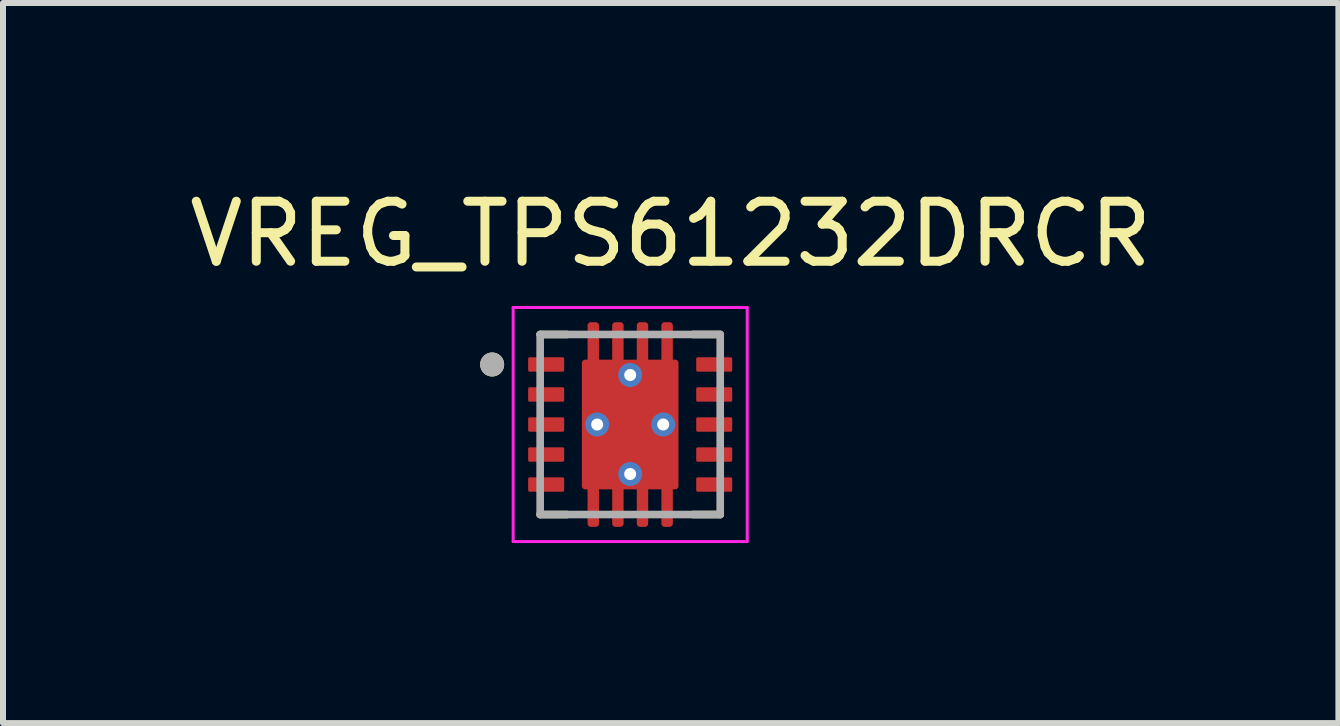
<source format=kicad_pcb>
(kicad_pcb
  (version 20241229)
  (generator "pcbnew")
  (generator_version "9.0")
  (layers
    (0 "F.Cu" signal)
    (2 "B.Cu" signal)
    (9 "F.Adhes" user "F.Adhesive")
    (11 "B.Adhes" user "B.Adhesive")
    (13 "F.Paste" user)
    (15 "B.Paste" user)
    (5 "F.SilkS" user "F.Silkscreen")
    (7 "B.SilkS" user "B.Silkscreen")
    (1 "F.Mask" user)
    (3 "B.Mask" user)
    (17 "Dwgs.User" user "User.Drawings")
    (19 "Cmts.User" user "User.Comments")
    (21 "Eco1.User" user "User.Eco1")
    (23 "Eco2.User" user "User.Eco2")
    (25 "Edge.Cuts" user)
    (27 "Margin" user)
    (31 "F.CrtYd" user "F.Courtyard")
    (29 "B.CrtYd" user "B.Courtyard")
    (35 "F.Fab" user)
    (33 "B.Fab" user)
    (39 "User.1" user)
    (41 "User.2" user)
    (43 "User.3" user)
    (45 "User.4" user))
  (footprint "VREG_TPS61232DRCR"
    (layer "F.Cu")
    (at 7.45 4.023)
    (property "Reference" "VREG_TPS61232DRCR" (at 0.675 -3.175 0) (layer "F.SilkS") (effects (font (size 1 1) (thickness 0.15))))
    (attr smd)
    (fp_poly (pts (xy -1.68 -1.17) (xy -1.12 -1.17) (xy -1.116 -1.17) (xy -1.113 -1.17) (xy -1.109 -1.169) (xy -1.105 -1.168) (xy -1.102 -1.168) (xy -1.098 -1.167) (xy -1.095 -1.165) (xy -1.092 -1.164) (xy -1.088 -1.162) (xy -1.085 -1.161) (xy -1.082 -1.159) (xy -1.079 -1.157) (xy -1.076 -1.154) (xy -1.073 -1.152) (xy -1.071 -1.149) (xy -1.068 -1.147) (xy -1.066 -1.144) (xy -1.063 -1.141) (xy -1.061 -1.138) (xy -1.059 -1.135) (xy -1.058 -1.132) (xy -1.056 -1.128) (xy -1.055 -1.125) (xy -1.053 -1.122) (xy -1.052 -1.118) (xy -1.052 -1.115) (xy -1.051 -1.111) (xy -1.05 -1.107) (xy -1.05 -1.104) (xy -1.05 -1.1) (xy -1.05 -0.9) (xy -1.05 -0.896) (xy -1.05 -0.893) (xy -1.051 -0.889) (xy -1.052 -0.885) (xy -1.052 -0.882) (xy -1.053 -0.878) (xy -1.055 -0.875) (xy -1.056 -0.872) (xy -1.058 -0.868) (xy -1.059 -0.865) (xy -1.061 -0.862) (xy -1.063 -0.859) (xy -1.066 -0.856) (xy -1.068 -0.853) (xy -1.071 -0.851) (xy -1.073 -0.848) (xy -1.076 -0.846) (xy -1.079 -0.843) (xy -1.082 -0.841) (xy -1.085 -0.839) (xy -1.088 -0.838) (xy -1.092 -0.836) (xy -1.095 -0.835) (xy -1.098 -0.833) (xy -1.102 -0.832) (xy -1.105 -0.832) (xy -1.109 -0.831) (xy -1.113 -0.83) (xy -1.116 -0.83) (xy -1.12 -0.83) (xy -1.68 -0.83) (xy -1.684 -0.83) (xy -1.687 -0.83) (xy -1.691 -0.831) (xy -1.695 -0.832) (xy -1.698 -0.832) (xy -1.702 -0.833) (xy -1.705 -0.835) (xy -1.708 -0.836) (xy -1.712 -0.838) (xy -1.715 -0.839) (xy -1.718 -0.841) (xy -1.721 -0.843) (xy -1.724 -0.846) (xy -1.727 -0.848) (xy -1.729 -0.851) (xy -1.732 -0.853) (xy -1.734 -0.856) (xy -1.737 -0.859) (xy -1.739 -0.862) (xy -1.741 -0.865) (xy -1.742 -0.868) (xy -1.744 -0.872) (xy -1.745 -0.875) (xy -1.747 -0.878) (xy -1.748 -0.882) (xy -1.748 -0.885) (xy -1.749 -0.889) (xy -1.75 -0.893) (xy -1.75 -0.896) (xy -1.75 -0.9) (xy -1.75 -1.1) (xy -1.75 -1.104) (xy -1.75 -1.107) (xy -1.749 -1.111) (xy -1.748 -1.115) (xy -1.748 -1.118) (xy -1.747 -1.122) (xy -1.745 -1.125) (xy -1.744 -1.128) (xy -1.742 -1.132) (xy -1.741 -1.135) (xy -1.739 -1.138) (xy -1.737 -1.141) (xy -1.734 -1.144) (xy -1.732 -1.147) (xy -1.729 -1.149) (xy -1.727 -1.152) (xy -1.724 -1.154) (xy -1.721 -1.157) (xy -1.718 -1.159) (xy -1.715 -1.161) (xy -1.712 -1.162) (xy -1.708 -1.164) (xy -1.705 -1.165) (xy -1.702 -1.167) (xy -1.698 -1.168) (xy -1.695 -1.168) (xy -1.691 -1.169) (xy -1.687 -1.17) (xy -1.684 -1.17) (xy -1.68 -1.17)) (stroke (width 0.01) (type solid)) (fill yes) (layer "F.Mask"))
    (fp_poly (pts (xy -1.68 -0.67) (xy -1.12 -0.67) (xy -1.116 -0.67) (xy -1.113 -0.67) (xy -1.109 -0.669) (xy -1.105 -0.668) (xy -1.102 -0.668) (xy -1.098 -0.667) (xy -1.095 -0.665) (xy -1.092 -0.664) (xy -1.088 -0.662) (xy -1.085 -0.661) (xy -1.082 -0.659) (xy -1.079 -0.657) (xy -1.076 -0.654) (xy -1.073 -0.652) (xy -1.071 -0.649) (xy -1.068 -0.647) (xy -1.066 -0.644) (xy -1.063 -0.641) (xy -1.061 -0.638) (xy -1.059 -0.635) (xy -1.058 -0.632) (xy -1.056 -0.628) (xy -1.055 -0.625) (xy -1.053 -0.622) (xy -1.052 -0.618) (xy -1.052 -0.615) (xy -1.051 -0.611) (xy -1.05 -0.607) (xy -1.05 -0.604) (xy -1.05 -0.6) (xy -1.05 -0.4) (xy -1.05 -0.396) (xy -1.05 -0.393) (xy -1.051 -0.389) (xy -1.052 -0.385) (xy -1.052 -0.382) (xy -1.053 -0.378) (xy -1.055 -0.375) (xy -1.056 -0.372) (xy -1.058 -0.368) (xy -1.059 -0.365) (xy -1.061 -0.362) (xy -1.063 -0.359) (xy -1.066 -0.356) (xy -1.068 -0.353) (xy -1.071 -0.351) (xy -1.073 -0.348) (xy -1.076 -0.346) (xy -1.079 -0.343) (xy -1.082 -0.341) (xy -1.085 -0.339) (xy -1.088 -0.338) (xy -1.092 -0.336) (xy -1.095 -0.335) (xy -1.098 -0.333) (xy -1.102 -0.332) (xy -1.105 -0.332) (xy -1.109 -0.331) (xy -1.113 -0.33) (xy -1.116 -0.33) (xy -1.12 -0.33) (xy -1.68 -0.33) (xy -1.684 -0.33) (xy -1.687 -0.33) (xy -1.691 -0.331) (xy -1.695 -0.332) (xy -1.698 -0.332) (xy -1.702 -0.333) (xy -1.705 -0.335) (xy -1.708 -0.336) (xy -1.712 -0.338) (xy -1.715 -0.339) (xy -1.718 -0.341) (xy -1.721 -0.343) (xy -1.724 -0.346) (xy -1.727 -0.348) (xy -1.729 -0.351) (xy -1.732 -0.353) (xy -1.734 -0.356) (xy -1.737 -0.359) (xy -1.739 -0.362) (xy -1.741 -0.365) (xy -1.742 -0.368) (xy -1.744 -0.372) (xy -1.745 -0.375) (xy -1.747 -0.378) (xy -1.748 -0.382) (xy -1.748 -0.385) (xy -1.749 -0.389) (xy -1.75 -0.393) (xy -1.75 -0.396) (xy -1.75 -0.4) (xy -1.75 -0.6) (xy -1.75 -0.604) (xy -1.75 -0.607) (xy -1.749 -0.611) (xy -1.748 -0.615) (xy -1.748 -0.618) (xy -1.747 -0.622) (xy -1.745 -0.625) (xy -1.744 -0.628) (xy -1.742 -0.632) (xy -1.741 -0.635) (xy -1.739 -0.638) (xy -1.737 -0.641) (xy -1.734 -0.644) (xy -1.732 -0.647) (xy -1.729 -0.649) (xy -1.727 -0.652) (xy -1.724 -0.654) (xy -1.721 -0.657) (xy -1.718 -0.659) (xy -1.715 -0.661) (xy -1.712 -0.662) (xy -1.708 -0.664) (xy -1.705 -0.665) (xy -1.702 -0.667) (xy -1.698 -0.668) (xy -1.695 -0.668) (xy -1.691 -0.669) (xy -1.687 -0.67) (xy -1.684 -0.67) (xy -1.68 -0.67)) (stroke (width 0.01) (type solid)) (fill yes) (layer "F.Mask"))
    (fp_poly (pts (xy -1.68 -0.17) (xy -1.12 -0.17) (xy -1.116 -0.17) (xy -1.113 -0.17) (xy -1.109 -0.169) (xy -1.105 -0.168) (xy -1.102 -0.168) (xy -1.098 -0.167) (xy -1.095 -0.165) (xy -1.092 -0.164) (xy -1.088 -0.162) (xy -1.085 -0.161) (xy -1.082 -0.159) (xy -1.079 -0.157) (xy -1.076 -0.154) (xy -1.073 -0.152) (xy -1.071 -0.149) (xy -1.068 -0.147) (xy -1.066 -0.144) (xy -1.063 -0.141) (xy -1.061 -0.138) (xy -1.059 -0.135) (xy -1.058 -0.132) (xy -1.056 -0.128) (xy -1.055 -0.125) (xy -1.053 -0.122) (xy -1.052 -0.118) (xy -1.052 -0.115) (xy -1.051 -0.111) (xy -1.05 -0.107) (xy -1.05 -0.104) (xy -1.05 -0.1) (xy -1.05 0.1) (xy -1.05 0.104) (xy -1.05 0.107) (xy -1.051 0.111) (xy -1.052 0.115) (xy -1.052 0.118) (xy -1.053 0.122) (xy -1.055 0.125) (xy -1.056 0.128) (xy -1.058 0.132) (xy -1.059 0.135) (xy -1.061 0.138) (xy -1.063 0.141) (xy -1.066 0.144) (xy -1.068 0.147) (xy -1.071 0.149) (xy -1.073 0.152) (xy -1.076 0.154) (xy -1.079 0.157) (xy -1.082 0.159) (xy -1.085 0.161) (xy -1.088 0.162) (xy -1.092 0.164) (xy -1.095 0.165) (xy -1.098 0.167) (xy -1.102 0.168) (xy -1.105 0.168) (xy -1.109 0.169) (xy -1.113 0.17) (xy -1.116 0.17) (xy -1.12 0.17) (xy -1.68 0.17) (xy -1.684 0.17) (xy -1.687 0.17) (xy -1.691 0.169) (xy -1.695 0.168) (xy -1.698 0.168) (xy -1.702 0.167) (xy -1.705 0.165) (xy -1.708 0.164) (xy -1.712 0.162) (xy -1.715 0.161) (xy -1.718 0.159) (xy -1.721 0.157) (xy -1.724 0.154) (xy -1.727 0.152) (xy -1.729 0.149) (xy -1.732 0.147) (xy -1.734 0.144) (xy -1.737 0.141) (xy -1.739 0.138) (xy -1.741 0.135) (xy -1.742 0.132) (xy -1.744 0.128) (xy -1.745 0.125) (xy -1.747 0.122) (xy -1.748 0.118) (xy -1.748 0.115) (xy -1.749 0.111) (xy -1.75 0.107) (xy -1.75 0.104) (xy -1.75 0.1) (xy -1.75 -0.1) (xy -1.75 -0.104) (xy -1.75 -0.107) (xy -1.749 -0.111) (xy -1.748 -0.115) (xy -1.748 -0.118) (xy -1.747 -0.122) (xy -1.745 -0.125) (xy -1.744 -0.128) (xy -1.742 -0.132) (xy -1.741 -0.135) (xy -1.739 -0.138) (xy -1.737 -0.141) (xy -1.734 -0.144) (xy -1.732 -0.147) (xy -1.729 -0.149) (xy -1.727 -0.152) (xy -1.724 -0.154) (xy -1.721 -0.157) (xy -1.718 -0.159) (xy -1.715 -0.161) (xy -1.712 -0.162) (xy -1.708 -0.164) (xy -1.705 -0.165) (xy -1.702 -0.167) (xy -1.698 -0.168) (xy -1.695 -0.168) (xy -1.691 -0.169) (xy -1.687 -0.17) (xy -1.684 -0.17) (xy -1.68 -0.17)) (stroke (width 0.01) (type solid)) (fill yes) (layer "F.Mask"))
    (fp_poly (pts (xy -1.68 0.33) (xy -1.12 0.33) (xy -1.116 0.33) (xy -1.113 0.33) (xy -1.109 0.331) (xy -1.105 0.332) (xy -1.102 0.332) (xy -1.098 0.333) (xy -1.095 0.335) (xy -1.092 0.336) (xy -1.088 0.338) (xy -1.085 0.339) (xy -1.082 0.341) (xy -1.079 0.343) (xy -1.076 0.346) (xy -1.073 0.348) (xy -1.071 0.351) (xy -1.068 0.353) (xy -1.066 0.356) (xy -1.063 0.359) (xy -1.061 0.362) (xy -1.059 0.365) (xy -1.058 0.368) (xy -1.056 0.372) (xy -1.055 0.375) (xy -1.053 0.378) (xy -1.052 0.382) (xy -1.052 0.385) (xy -1.051 0.389) (xy -1.05 0.393) (xy -1.05 0.396) (xy -1.05 0.4) (xy -1.05 0.6) (xy -1.05 0.604) (xy -1.05 0.607) (xy -1.051 0.611) (xy -1.052 0.615) (xy -1.052 0.618) (xy -1.053 0.622) (xy -1.055 0.625) (xy -1.056 0.628) (xy -1.058 0.632) (xy -1.059 0.635) (xy -1.061 0.638) (xy -1.063 0.641) (xy -1.066 0.644) (xy -1.068 0.647) (xy -1.071 0.649) (xy -1.073 0.652) (xy -1.076 0.654) (xy -1.079 0.657) (xy -1.082 0.659) (xy -1.085 0.661) (xy -1.088 0.662) (xy -1.092 0.664) (xy -1.095 0.665) (xy -1.098 0.667) (xy -1.102 0.668) (xy -1.105 0.668) (xy -1.109 0.669) (xy -1.113 0.67) (xy -1.116 0.67) (xy -1.12 0.67) (xy -1.68 0.67) (xy -1.684 0.67) (xy -1.687 0.67) (xy -1.691 0.669) (xy -1.695 0.668) (xy -1.698 0.668) (xy -1.702 0.667) (xy -1.705 0.665) (xy -1.708 0.664) (xy -1.712 0.662) (xy -1.715 0.661) (xy -1.718 0.659) (xy -1.721 0.657) (xy -1.724 0.654) (xy -1.727 0.652) (xy -1.729 0.649) (xy -1.732 0.647) (xy -1.734 0.644) (xy -1.737 0.641) (xy -1.739 0.638) (xy -1.741 0.635) (xy -1.742 0.632) (xy -1.744 0.628) (xy -1.745 0.625) (xy -1.747 0.622) (xy -1.748 0.618) (xy -1.748 0.615) (xy -1.749 0.611) (xy -1.75 0.607) (xy -1.75 0.604) (xy -1.75 0.6) (xy -1.75 0.4) (xy -1.75 0.396) (xy -1.75 0.393) (xy -1.749 0.389) (xy -1.748 0.385) (xy -1.748 0.382) (xy -1.747 0.378) (xy -1.745 0.375) (xy -1.744 0.372) (xy -1.742 0.368) (xy -1.741 0.365) (xy -1.739 0.362) (xy -1.737 0.359) (xy -1.734 0.356) (xy -1.732 0.353) (xy -1.729 0.351) (xy -1.727 0.348) (xy -1.724 0.346) (xy -1.721 0.343) (xy -1.718 0.341) (xy -1.715 0.339) (xy -1.712 0.338) (xy -1.708 0.336) (xy -1.705 0.335) (xy -1.702 0.333) (xy -1.698 0.332) (xy -1.695 0.332) (xy -1.691 0.331) (xy -1.687 0.33) (xy -1.684 0.33) (xy -1.68 0.33)) (stroke (width 0.01) (type solid)) (fill yes) (layer "F.Mask"))
    (fp_poly (pts (xy -1.68 0.83) (xy -1.12 0.83) (xy -1.116 0.83) (xy -1.113 0.83) (xy -1.109 0.831) (xy -1.105 0.832) (xy -1.102 0.832) (xy -1.098 0.833) (xy -1.095 0.835) (xy -1.092 0.836) (xy -1.088 0.838) (xy -1.085 0.839) (xy -1.082 0.841) (xy -1.079 0.843) (xy -1.076 0.846) (xy -1.073 0.848) (xy -1.071 0.851) (xy -1.068 0.853) (xy -1.066 0.856) (xy -1.063 0.859) (xy -1.061 0.862) (xy -1.059 0.865) (xy -1.058 0.868) (xy -1.056 0.872) (xy -1.055 0.875) (xy -1.053 0.878) (xy -1.052 0.882) (xy -1.052 0.885) (xy -1.051 0.889) (xy -1.05 0.893) (xy -1.05 0.896) (xy -1.05 0.9) (xy -1.05 1.1) (xy -1.05 1.104) (xy -1.05 1.107) (xy -1.051 1.111) (xy -1.052 1.115) (xy -1.052 1.118) (xy -1.053 1.122) (xy -1.055 1.125) (xy -1.056 1.128) (xy -1.058 1.132) (xy -1.059 1.135) (xy -1.061 1.138) (xy -1.063 1.141) (xy -1.066 1.144) (xy -1.068 1.147) (xy -1.071 1.149) (xy -1.073 1.152) (xy -1.076 1.154) (xy -1.079 1.157) (xy -1.082 1.159) (xy -1.085 1.161) (xy -1.088 1.162) (xy -1.092 1.164) (xy -1.095 1.165) (xy -1.098 1.167) (xy -1.102 1.168) (xy -1.105 1.168) (xy -1.109 1.169) (xy -1.113 1.17) (xy -1.116 1.17) (xy -1.12 1.17) (xy -1.68 1.17) (xy -1.684 1.17) (xy -1.687 1.17) (xy -1.691 1.169) (xy -1.695 1.168) (xy -1.698 1.168) (xy -1.702 1.167) (xy -1.705 1.165) (xy -1.708 1.164) (xy -1.712 1.162) (xy -1.715 1.161) (xy -1.718 1.159) (xy -1.721 1.157) (xy -1.724 1.154) (xy -1.727 1.152) (xy -1.729 1.149) (xy -1.732 1.147) (xy -1.734 1.144) (xy -1.737 1.141) (xy -1.739 1.138) (xy -1.741 1.135) (xy -1.742 1.132) (xy -1.744 1.128) (xy -1.745 1.125) (xy -1.747 1.122) (xy -1.748 1.118) (xy -1.748 1.115) (xy -1.749 1.111) (xy -1.75 1.107) (xy -1.75 1.104) (xy -1.75 1.1) (xy -1.75 0.9) (xy -1.75 0.896) (xy -1.75 0.893) (xy -1.749 0.889) (xy -1.748 0.885) (xy -1.748 0.882) (xy -1.747 0.878) (xy -1.745 0.875) (xy -1.744 0.872) (xy -1.742 0.868) (xy -1.741 0.865) (xy -1.739 0.862) (xy -1.737 0.859) (xy -1.734 0.856) (xy -1.732 0.853) (xy -1.729 0.851) (xy -1.727 0.848) (xy -1.724 0.846) (xy -1.721 0.843) (xy -1.718 0.841) (xy -1.715 0.839) (xy -1.712 0.838) (xy -1.708 0.836) (xy -1.705 0.835) (xy -1.702 0.833) (xy -1.698 0.832) (xy -1.695 0.832) (xy -1.691 0.831) (xy -1.687 0.83) (xy -1.684 0.83) (xy -1.68 0.83)) (stroke (width 0.01) (type solid)) (fill yes) (layer "F.Mask"))
    (fp_poly (pts (xy 1.12 -1.17) (xy 1.68 -1.17) (xy 1.684 -1.17) (xy 1.687 -1.17) (xy 1.691 -1.169) (xy 1.695 -1.168) (xy 1.698 -1.168) (xy 1.702 -1.167) (xy 1.705 -1.165) (xy 1.708 -1.164) (xy 1.712 -1.162) (xy 1.715 -1.161) (xy 1.718 -1.159) (xy 1.721 -1.157) (xy 1.724 -1.154) (xy 1.727 -1.152) (xy 1.729 -1.149) (xy 1.732 -1.147) (xy 1.734 -1.144) (xy 1.737 -1.141) (xy 1.739 -1.138) (xy 1.741 -1.135) (xy 1.742 -1.132) (xy 1.744 -1.128) (xy 1.745 -1.125) (xy 1.747 -1.122) (xy 1.748 -1.118) (xy 1.748 -1.115) (xy 1.749 -1.111) (xy 1.75 -1.107) (xy 1.75 -1.104) (xy 1.75 -1.1) (xy 1.75 -0.9) (xy 1.75 -0.896) (xy 1.75 -0.893) (xy 1.749 -0.889) (xy 1.748 -0.885) (xy 1.748 -0.882) (xy 1.747 -0.878) (xy 1.745 -0.875) (xy 1.744 -0.872) (xy 1.742 -0.868) (xy 1.741 -0.865) (xy 1.739 -0.862) (xy 1.737 -0.859) (xy 1.734 -0.856) (xy 1.732 -0.853) (xy 1.729 -0.851) (xy 1.727 -0.848) (xy 1.724 -0.846) (xy 1.721 -0.843) (xy 1.718 -0.841) (xy 1.715 -0.839) (xy 1.712 -0.838) (xy 1.708 -0.836) (xy 1.705 -0.835) (xy 1.702 -0.833) (xy 1.698 -0.832) (xy 1.695 -0.832) (xy 1.691 -0.831) (xy 1.687 -0.83) (xy 1.684 -0.83) (xy 1.68 -0.83) (xy 1.12 -0.83) (xy 1.116 -0.83) (xy 1.113 -0.83) (xy 1.109 -0.831) (xy 1.105 -0.832) (xy 1.102 -0.832) (xy 1.098 -0.833) (xy 1.095 -0.835) (xy 1.092 -0.836) (xy 1.088 -0.838) (xy 1.085 -0.839) (xy 1.082 -0.841) (xy 1.079 -0.843) (xy 1.076 -0.846) (xy 1.073 -0.848) (xy 1.071 -0.851) (xy 1.068 -0.853) (xy 1.066 -0.856) (xy 1.063 -0.859) (xy 1.061 -0.862) (xy 1.059 -0.865) (xy 1.058 -0.868) (xy 1.056 -0.872) (xy 1.055 -0.875) (xy 1.053 -0.878) (xy 1.052 -0.882) (xy 1.052 -0.885) (xy 1.051 -0.889) (xy 1.05 -0.893) (xy 1.05 -0.896) (xy 1.05 -0.9) (xy 1.05 -1.1) (xy 1.05 -1.104) (xy 1.05 -1.107) (xy 1.051 -1.111) (xy 1.052 -1.115) (xy 1.052 -1.118) (xy 1.053 -1.122) (xy 1.055 -1.125) (xy 1.056 -1.128) (xy 1.058 -1.132) (xy 1.059 -1.135) (xy 1.061 -1.138) (xy 1.063 -1.141) (xy 1.066 -1.144) (xy 1.068 -1.147) (xy 1.071 -1.149) (xy 1.073 -1.152) (xy 1.076 -1.154) (xy 1.079 -1.157) (xy 1.082 -1.159) (xy 1.085 -1.161) (xy 1.088 -1.162) (xy 1.092 -1.164) (xy 1.095 -1.165) (xy 1.098 -1.167) (xy 1.102 -1.168) (xy 1.105 -1.168) (xy 1.109 -1.169) (xy 1.113 -1.17) (xy 1.116 -1.17) (xy 1.12 -1.17)) (stroke (width 0.01) (type solid)) (fill yes) (layer "F.Mask"))
    (fp_poly (pts (xy 1.12 -0.67) (xy 1.68 -0.67) (xy 1.684 -0.67) (xy 1.687 -0.67) (xy 1.691 -0.669) (xy 1.695 -0.668) (xy 1.698 -0.668) (xy 1.702 -0.667) (xy 1.705 -0.665) (xy 1.708 -0.664) (xy 1.712 -0.662) (xy 1.715 -0.661) (xy 1.718 -0.659) (xy 1.721 -0.657) (xy 1.724 -0.654) (xy 1.727 -0.652) (xy 1.729 -0.649) (xy 1.732 -0.647) (xy 1.734 -0.644) (xy 1.737 -0.641) (xy 1.739 -0.638) (xy 1.741 -0.635) (xy 1.742 -0.632) (xy 1.744 -0.628) (xy 1.745 -0.625) (xy 1.747 -0.622) (xy 1.748 -0.618) (xy 1.748 -0.615) (xy 1.749 -0.611) (xy 1.75 -0.607) (xy 1.75 -0.604) (xy 1.75 -0.6) (xy 1.75 -0.4) (xy 1.75 -0.396) (xy 1.75 -0.393) (xy 1.749 -0.389) (xy 1.748 -0.385) (xy 1.748 -0.382) (xy 1.747 -0.378) (xy 1.745 -0.375) (xy 1.744 -0.372) (xy 1.742 -0.368) (xy 1.741 -0.365) (xy 1.739 -0.362) (xy 1.737 -0.359) (xy 1.734 -0.356) (xy 1.732 -0.353) (xy 1.729 -0.351) (xy 1.727 -0.348) (xy 1.724 -0.346) (xy 1.721 -0.343) (xy 1.718 -0.341) (xy 1.715 -0.339) (xy 1.712 -0.338) (xy 1.708 -0.336) (xy 1.705 -0.335) (xy 1.702 -0.333) (xy 1.698 -0.332) (xy 1.695 -0.332) (xy 1.691 -0.331) (xy 1.687 -0.33) (xy 1.684 -0.33) (xy 1.68 -0.33) (xy 1.12 -0.33) (xy 1.116 -0.33) (xy 1.113 -0.33) (xy 1.109 -0.331) (xy 1.105 -0.332) (xy 1.102 -0.332) (xy 1.098 -0.333) (xy 1.095 -0.335) (xy 1.092 -0.336) (xy 1.088 -0.338) (xy 1.085 -0.339) (xy 1.082 -0.341) (xy 1.079 -0.343) (xy 1.076 -0.346) (xy 1.073 -0.348) (xy 1.071 -0.351) (xy 1.068 -0.353) (xy 1.066 -0.356) (xy 1.063 -0.359) (xy 1.061 -0.362) (xy 1.059 -0.365) (xy 1.058 -0.368) (xy 1.056 -0.372) (xy 1.055 -0.375) (xy 1.053 -0.378) (xy 1.052 -0.382) (xy 1.052 -0.385) (xy 1.051 -0.389) (xy 1.05 -0.393) (xy 1.05 -0.396) (xy 1.05 -0.4) (xy 1.05 -0.6) (xy 1.05 -0.604) (xy 1.05 -0.607) (xy 1.051 -0.611) (xy 1.052 -0.615) (xy 1.052 -0.618) (xy 1.053 -0.622) (xy 1.055 -0.625) (xy 1.056 -0.628) (xy 1.058 -0.632) (xy 1.059 -0.635) (xy 1.061 -0.638) (xy 1.063 -0.641) (xy 1.066 -0.644) (xy 1.068 -0.647) (xy 1.071 -0.649) (xy 1.073 -0.652) (xy 1.076 -0.654) (xy 1.079 -0.657) (xy 1.082 -0.659) (xy 1.085 -0.661) (xy 1.088 -0.662) (xy 1.092 -0.664) (xy 1.095 -0.665) (xy 1.098 -0.667) (xy 1.102 -0.668) (xy 1.105 -0.668) (xy 1.109 -0.669) (xy 1.113 -0.67) (xy 1.116 -0.67) (xy 1.12 -0.67)) (stroke (width 0.01) (type solid)) (fill yes) (layer "F.Mask"))
    (fp_poly (pts (xy 1.12 -0.17) (xy 1.68 -0.17) (xy 1.684 -0.17) (xy 1.687 -0.17) (xy 1.691 -0.169) (xy 1.695 -0.168) (xy 1.698 -0.168) (xy 1.702 -0.167) (xy 1.705 -0.165) (xy 1.708 -0.164) (xy 1.712 -0.162) (xy 1.715 -0.161) (xy 1.718 -0.159) (xy 1.721 -0.157) (xy 1.724 -0.154) (xy 1.727 -0.152) (xy 1.729 -0.149) (xy 1.732 -0.147) (xy 1.734 -0.144) (xy 1.737 -0.141) (xy 1.739 -0.138) (xy 1.741 -0.135) (xy 1.742 -0.132) (xy 1.744 -0.128) (xy 1.745 -0.125) (xy 1.747 -0.122) (xy 1.748 -0.118) (xy 1.748 -0.115) (xy 1.749 -0.111) (xy 1.75 -0.107) (xy 1.75 -0.104) (xy 1.75 -0.1) (xy 1.75 0.1) (xy 1.75 0.104) (xy 1.75 0.107) (xy 1.749 0.111) (xy 1.748 0.115) (xy 1.748 0.118) (xy 1.747 0.122) (xy 1.745 0.125) (xy 1.744 0.128) (xy 1.742 0.132) (xy 1.741 0.135) (xy 1.739 0.138) (xy 1.737 0.141) (xy 1.734 0.144) (xy 1.732 0.147) (xy 1.729 0.149) (xy 1.727 0.152) (xy 1.724 0.154) (xy 1.721 0.157) (xy 1.718 0.159) (xy 1.715 0.161) (xy 1.712 0.162) (xy 1.708 0.164) (xy 1.705 0.165) (xy 1.702 0.167) (xy 1.698 0.168) (xy 1.695 0.168) (xy 1.691 0.169) (xy 1.687 0.17) (xy 1.684 0.17) (xy 1.68 0.17) (xy 1.12 0.17) (xy 1.116 0.17) (xy 1.113 0.17) (xy 1.109 0.169) (xy 1.105 0.168) (xy 1.102 0.168) (xy 1.098 0.167) (xy 1.095 0.165) (xy 1.092 0.164) (xy 1.088 0.162) (xy 1.085 0.161) (xy 1.082 0.159) (xy 1.079 0.157) (xy 1.076 0.154) (xy 1.073 0.152) (xy 1.071 0.149) (xy 1.068 0.147) (xy 1.066 0.144) (xy 1.063 0.141) (xy 1.061 0.138) (xy 1.059 0.135) (xy 1.058 0.132) (xy 1.056 0.128) (xy 1.055 0.125) (xy 1.053 0.122) (xy 1.052 0.118) (xy 1.052 0.115) (xy 1.051 0.111) (xy 1.05 0.107) (xy 1.05 0.104) (xy 1.05 0.1) (xy 1.05 -0.1) (xy 1.05 -0.104) (xy 1.05 -0.107) (xy 1.051 -0.111) (xy 1.052 -0.115) (xy 1.052 -0.118) (xy 1.053 -0.122) (xy 1.055 -0.125) (xy 1.056 -0.128) (xy 1.058 -0.132) (xy 1.059 -0.135) (xy 1.061 -0.138) (xy 1.063 -0.141) (xy 1.066 -0.144) (xy 1.068 -0.147) (xy 1.071 -0.149) (xy 1.073 -0.152) (xy 1.076 -0.154) (xy 1.079 -0.157) (xy 1.082 -0.159) (xy 1.085 -0.161) (xy 1.088 -0.162) (xy 1.092 -0.164) (xy 1.095 -0.165) (xy 1.098 -0.167) (xy 1.102 -0.168) (xy 1.105 -0.168) (xy 1.109 -0.169) (xy 1.113 -0.17) (xy 1.116 -0.17) (xy 1.12 -0.17)) (stroke (width 0.01) (type solid)) (fill yes) (layer "F.Mask"))
    (fp_poly (pts (xy 1.12 0.33) (xy 1.68 0.33) (xy 1.684 0.33) (xy 1.687 0.33) (xy 1.691 0.331) (xy 1.695 0.332) (xy 1.698 0.332) (xy 1.702 0.333) (xy 1.705 0.335) (xy 1.708 0.336) (xy 1.712 0.338) (xy 1.715 0.339) (xy 1.718 0.341) (xy 1.721 0.343) (xy 1.724 0.346) (xy 1.727 0.348) (xy 1.729 0.351) (xy 1.732 0.353) (xy 1.734 0.356) (xy 1.737 0.359) (xy 1.739 0.362) (xy 1.741 0.365) (xy 1.742 0.368) (xy 1.744 0.372) (xy 1.745 0.375) (xy 1.747 0.378) (xy 1.748 0.382) (xy 1.748 0.385) (xy 1.749 0.389) (xy 1.75 0.393) (xy 1.75 0.396) (xy 1.75 0.4) (xy 1.75 0.6) (xy 1.75 0.604) (xy 1.75 0.607) (xy 1.749 0.611) (xy 1.748 0.615) (xy 1.748 0.618) (xy 1.747 0.622) (xy 1.745 0.625) (xy 1.744 0.628) (xy 1.742 0.632) (xy 1.741 0.635) (xy 1.739 0.638) (xy 1.737 0.641) (xy 1.734 0.644) (xy 1.732 0.647) (xy 1.729 0.649) (xy 1.727 0.652) (xy 1.724 0.654) (xy 1.721 0.657) (xy 1.718 0.659) (xy 1.715 0.661) (xy 1.712 0.662) (xy 1.708 0.664) (xy 1.705 0.665) (xy 1.702 0.667) (xy 1.698 0.668) (xy 1.695 0.668) (xy 1.691 0.669) (xy 1.687 0.67) (xy 1.684 0.67) (xy 1.68 0.67) (xy 1.12 0.67) (xy 1.116 0.67) (xy 1.113 0.67) (xy 1.109 0.669) (xy 1.105 0.668) (xy 1.102 0.668) (xy 1.098 0.667) (xy 1.095 0.665) (xy 1.092 0.664) (xy 1.088 0.662) (xy 1.085 0.661) (xy 1.082 0.659) (xy 1.079 0.657) (xy 1.076 0.654) (xy 1.073 0.652) (xy 1.071 0.649) (xy 1.068 0.647) (xy 1.066 0.644) (xy 1.063 0.641) (xy 1.061 0.638) (xy 1.059 0.635) (xy 1.058 0.632) (xy 1.056 0.628) (xy 1.055 0.625) (xy 1.053 0.622) (xy 1.052 0.618) (xy 1.052 0.615) (xy 1.051 0.611) (xy 1.05 0.607) (xy 1.05 0.604) (xy 1.05 0.6) (xy 1.05 0.4) (xy 1.05 0.396) (xy 1.05 0.393) (xy 1.051 0.389) (xy 1.052 0.385) (xy 1.052 0.382) (xy 1.053 0.378) (xy 1.055 0.375) (xy 1.056 0.372) (xy 1.058 0.368) (xy 1.059 0.365) (xy 1.061 0.362) (xy 1.063 0.359) (xy 1.066 0.356) (xy 1.068 0.353) (xy 1.071 0.351) (xy 1.073 0.348) (xy 1.076 0.346) (xy 1.079 0.343) (xy 1.082 0.341) (xy 1.085 0.339) (xy 1.088 0.338) (xy 1.092 0.336) (xy 1.095 0.335) (xy 1.098 0.333) (xy 1.102 0.332) (xy 1.105 0.332) (xy 1.109 0.331) (xy 1.113 0.33) (xy 1.116 0.33) (xy 1.12 0.33)) (stroke (width 0.01) (type solid)) (fill yes) (layer "F.Mask"))
    (fp_poly (pts (xy 1.12 0.83) (xy 1.68 0.83) (xy 1.684 0.83) (xy 1.687 0.83) (xy 1.691 0.831) (xy 1.695 0.832) (xy 1.698 0.832) (xy 1.702 0.833) (xy 1.705 0.835) (xy 1.708 0.836) (xy 1.712 0.838) (xy 1.715 0.839) (xy 1.718 0.841) (xy 1.721 0.843) (xy 1.724 0.846) (xy 1.727 0.848) (xy 1.729 0.851) (xy 1.732 0.853) (xy 1.734 0.856) (xy 1.737 0.859) (xy 1.739 0.862) (xy 1.741 0.865) (xy 1.742 0.868) (xy 1.744 0.872) (xy 1.745 0.875) (xy 1.747 0.878) (xy 1.748 0.882) (xy 1.748 0.885) (xy 1.749 0.889) (xy 1.75 0.893) (xy 1.75 0.896) (xy 1.75 0.9) (xy 1.75 1.1) (xy 1.75 1.104) (xy 1.75 1.107) (xy 1.749 1.111) (xy 1.748 1.115) (xy 1.748 1.118) (xy 1.747 1.122) (xy 1.745 1.125) (xy 1.744 1.128) (xy 1.742 1.132) (xy 1.741 1.135) (xy 1.739 1.138) (xy 1.737 1.141) (xy 1.734 1.144) (xy 1.732 1.147) (xy 1.729 1.149) (xy 1.727 1.152) (xy 1.724 1.154) (xy 1.721 1.157) (xy 1.718 1.159) (xy 1.715 1.161) (xy 1.712 1.162) (xy 1.708 1.164) (xy 1.705 1.165) (xy 1.702 1.167) (xy 1.698 1.168) (xy 1.695 1.168) (xy 1.691 1.169) (xy 1.687 1.17) (xy 1.684 1.17) (xy 1.68 1.17) (xy 1.12 1.17) (xy 1.116 1.17) (xy 1.113 1.17) (xy 1.109 1.169) (xy 1.105 1.168) (xy 1.102 1.168) (xy 1.098 1.167) (xy 1.095 1.165) (xy 1.092 1.164) (xy 1.088 1.162) (xy 1.085 1.161) (xy 1.082 1.159) (xy 1.079 1.157) (xy 1.076 1.154) (xy 1.073 1.152) (xy 1.071 1.149) (xy 1.068 1.147) (xy 1.066 1.144) (xy 1.063 1.141) (xy 1.061 1.138) (xy 1.059 1.135) (xy 1.058 1.132) (xy 1.056 1.128) (xy 1.055 1.125) (xy 1.053 1.122) (xy 1.052 1.118) (xy 1.052 1.115) (xy 1.051 1.111) (xy 1.05 1.107) (xy 1.05 1.104) (xy 1.05 1.1) (xy 1.05 0.9) (xy 1.05 0.896) (xy 1.05 0.893) (xy 1.051 0.889) (xy 1.052 0.885) (xy 1.052 0.882) (xy 1.053 0.878) (xy 1.055 0.875) (xy 1.056 0.872) (xy 1.058 0.868) (xy 1.059 0.865) (xy 1.061 0.862) (xy 1.063 0.859) (xy 1.066 0.856) (xy 1.068 0.853) (xy 1.071 0.851) (xy 1.073 0.848) (xy 1.076 0.846) (xy 1.079 0.843) (xy 1.082 0.841) (xy 1.085 0.839) (xy 1.088 0.838) (xy 1.092 0.836) (xy 1.095 0.835) (xy 1.098 0.833) (xy 1.102 0.832) (xy 1.105 0.832) (xy 1.109 0.831) (xy 1.113 0.83) (xy 1.116 0.83) (xy 1.12 0.83)) (stroke (width 0.01) (type solid)) (fill yes) (layer "F.Mask"))
    (fp_poly (pts (xy -0.755 -1.125) (xy -0.755 -1.675) (xy -0.755 -1.679) (xy -0.755 -1.683) (xy -0.754 -1.687) (xy -0.753 -1.691) (xy -0.752 -1.694) (xy -0.751 -1.698) (xy -0.75 -1.702) (xy -0.749 -1.706) (xy -0.747 -1.709) (xy -0.745 -1.712) (xy -0.743 -1.716) (xy -0.741 -1.719) (xy -0.738 -1.722) (xy -0.736 -1.725) (xy -0.733 -1.728) (xy -0.73 -1.731) (xy -0.727 -1.733) (xy -0.724 -1.736) (xy -0.721 -1.738) (xy -0.718 -1.74) (xy -0.714 -1.742) (xy -0.711 -1.744) (xy -0.707 -1.745) (xy -0.703 -1.746) (xy -0.699 -1.747) (xy -0.696 -1.748) (xy -0.692 -1.749) (xy -0.688 -1.75) (xy -0.684 -1.75) (xy -0.68 -1.75) (xy -0.55 -1.75) (xy -0.546 -1.75) (xy -0.542 -1.75) (xy -0.538 -1.749) (xy -0.534 -1.748) (xy -0.531 -1.747) (xy -0.527 -1.746) (xy -0.523 -1.745) (xy -0.519 -1.744) (xy -0.516 -1.742) (xy -0.512 -1.74) (xy -0.509 -1.738) (xy -0.506 -1.736) (xy -0.503 -1.733) (xy -0.5 -1.731) (xy -0.497 -1.728) (xy -0.494 -1.725) (xy -0.492 -1.722) (xy -0.489 -1.719) (xy -0.487 -1.716) (xy -0.485 -1.712) (xy -0.483 -1.709) (xy -0.481 -1.706) (xy -0.48 -1.702) (xy -0.479 -1.698) (xy -0.478 -1.694) (xy -0.477 -1.691) (xy -0.476 -1.687) (xy -0.475 -1.683) (xy -0.475 -1.679) (xy -0.475 -1.675) (xy -0.475 -1.125) (xy -0.345 -1.125) (xy -0.345 -1.675) (xy -0.345 -1.679) (xy -0.345 -1.683) (xy -0.344 -1.687) (xy -0.343 -1.691) (xy -0.342 -1.694) (xy -0.341 -1.698) (xy -0.34 -1.702) (xy -0.339 -1.706) (xy -0.337 -1.709) (xy -0.335 -1.712) (xy -0.333 -1.716) (xy -0.331 -1.719) (xy -0.328 -1.722) (xy -0.326 -1.725) (xy -0.323 -1.728) (xy -0.32 -1.731) (xy -0.317 -1.733) (xy -0.314 -1.736) (xy -0.311 -1.738) (xy -0.307 -1.74) (xy -0.304 -1.742) (xy -0.301 -1.744) (xy -0.297 -1.745) (xy -0.293 -1.746) (xy -0.289 -1.747) (xy -0.286 -1.748) (xy -0.282 -1.749) (xy -0.278 -1.75) (xy -0.274 -1.75) (xy -0.27 -1.75) (xy -0.14 -1.75) (xy -0.136 -1.75) (xy -0.132 -1.75) (xy -0.128 -1.749) (xy -0.124 -1.748) (xy -0.121 -1.747) (xy -0.117 -1.746) (xy -0.113 -1.745) (xy -0.109 -1.744) (xy -0.106 -1.742) (xy -0.102 -1.74) (xy -0.099 -1.738) (xy -0.096 -1.736) (xy -0.093 -1.733) (xy -0.09 -1.731) (xy -0.087 -1.728) (xy -0.084 -1.725) (xy -0.082 -1.722) (xy -0.079 -1.719) (xy -0.077 -1.716) (xy -0.075 -1.712) (xy -0.073 -1.709) (xy -0.071 -1.706) (xy -0.07 -1.702) (xy -0.069 -1.698) (xy -0.068 -1.694) (xy -0.067 -1.691) (xy -0.066 -1.687) (xy -0.065 -1.683) (xy -0.065 -1.679) (xy -0.065 -1.675) (xy -0.065 -1.125) (xy 0.065 -1.125) (xy 0.065 -1.675) (xy 0.065 -1.679) (xy 0.065 -1.683) (xy 0.066 -1.687) (xy 0.067 -1.691) (xy 0.068 -1.694) (xy 0.069 -1.698) (xy 0.07 -1.702) (xy 0.071 -1.706) (xy 0.073 -1.709) (xy 0.075 -1.712) (xy 0.077 -1.716) (xy 0.079 -1.719) (xy 0.082 -1.722) (xy 0.084 -1.725) (xy 0.087 -1.728) (xy 0.09 -1.731) (xy 0.093 -1.733) (xy 0.096 -1.736) (xy 0.099 -1.738) (xy 0.103 -1.74) (xy 0.106 -1.742) (xy 0.109 -1.744) (xy 0.113 -1.745) (xy 0.117 -1.746) (xy 0.121 -1.747) (xy 0.124 -1.748) (xy 0.128 -1.749) (xy 0.132 -1.75) (xy 0.136 -1.75) (xy 0.14 -1.75) (xy 0.27 -1.75) (xy 0.274 -1.75) (xy 0.278 -1.75) (xy 0.282 -1.749) (xy 0.286 -1.748) (xy 0.289 -1.747) (xy 0.293 -1.746) (xy 0.297 -1.745) (xy 0.301 -1.744) (xy 0.304 -1.742) (xy 0.307 -1.74) (xy 0.311 -1.738) (xy 0.314 -1.736) (xy 0.317 -1.733) (xy 0.32 -1.731) (xy 0.323 -1.728) (xy 0.326 -1.725) (xy 0.328 -1.722) (xy 0.331 -1.719) (xy 0.333 -1.716) (xy 0.335 -1.712) (xy 0.337 -1.709) (xy 0.339 -1.706) (xy 0.34 -1.702) (xy 0.341 -1.698) (xy 0.342 -1.694) (xy 0.343 -1.691) (xy 0.344 -1.687) (xy 0.345 -1.683) (xy 0.345 -1.679) (xy 0.345 -1.675) (xy 0.345 -1.125) (xy 0.475 -1.125) (xy 0.475 -1.675) (xy 0.475 -1.679) (xy 0.475 -1.683) (xy 0.476 -1.687) (xy 0.477 -1.691) (xy 0.478 -1.694) (xy 0.479 -1.698) (xy 0.48 -1.702) (xy 0.481 -1.706) (xy 0.483 -1.709) (xy 0.485 -1.712) (xy 0.487 -1.716) (xy 0.489 -1.719) (xy 0.492 -1.722) (xy 0.494 -1.725) (xy 0.497 -1.728) (xy 0.5 -1.731) (xy 0.503 -1.733) (xy 0.506 -1.736) (xy 0.509 -1.738) (xy 0.512 -1.74) (xy 0.516 -1.742) (xy 0.519 -1.744) (xy 0.523 -1.745) (xy 0.527 -1.746) (xy 0.531 -1.747) (xy 0.534 -1.748) (xy 0.538 -1.749) (xy 0.542 -1.75) (xy 0.546 -1.75) (xy 0.55 -1.75) (xy 0.68 -1.75) (xy 0.684 -1.75) (xy 0.688 -1.75) (xy 0.692 -1.749) (xy 0.696 -1.748) (xy 0.699 -1.747) (xy 0.703 -1.746) (xy 0.707 -1.745) (xy 0.711 -1.744) (xy 0.714 -1.742) (xy 0.718 -1.74) (xy 0.721 -1.738) (xy 0.724 -1.736) (xy 0.727 -1.733) (xy 0.73 -1.731) (xy 0.733 -1.728) (xy 0.736 -1.725) (xy 0.738 -1.722) (xy 0.741 -1.719) (xy 0.743 -1.716) (xy 0.745 -1.712) (xy 0.747 -1.709) (xy 0.749 -1.706) (xy 0.75 -1.702) (xy 0.751 -1.698) (xy 0.752 -1.694) (xy 0.753 -1.691) (xy 0.754 -1.687) (xy 0.755 -1.683) (xy 0.755 -1.679) (xy 0.755 -1.675) (xy 0.755 -1.125) (xy 0.775 -1.125) (xy 0.779 -1.125) (xy 0.783 -1.125) (xy 0.787 -1.124) (xy 0.791 -1.123) (xy 0.794 -1.122) (xy 0.798 -1.121) (xy 0.802 -1.12) (xy 0.806 -1.119) (xy 0.809 -1.117) (xy 0.813 -1.115) (xy 0.816 -1.113) (xy 0.819 -1.111) (xy 0.822 -1.108) (xy 0.825 -1.106) (xy 0.828 -1.103) (xy 0.831 -1.1) (xy 0.833 -1.097) (xy 0.836 -1.094) (xy 0.838 -1.091) (xy 0.84 -1.087) (xy 0.842 -1.084) (xy 0.844 -1.081) (xy 0.845 -1.077) (xy 0.846 -1.073) (xy 0.847 -1.069) (xy 0.848 -1.066) (xy 0.849 -1.062) (xy 0.85 -1.058) (xy 0.85 -1.054) (xy 0.85 -1.05) (xy 0.85 1.05) (xy 0.85 1.054) (xy 0.85 1.058) (xy 0.849 1.062) (xy 0.848 1.066) (xy 0.847 1.069) (xy 0.846 1.073) (xy 0.845 1.077) (xy 0.844 1.081) (xy 0.842 1.084) (xy 0.84 1.087) (xy 0.838 1.091) (xy 0.836 1.094) (xy 0.833 1.097) (xy 0.831 1.1) (xy 0.828 1.103) (xy 0.825 1.106) (xy 0.822 1.108) (xy 0.819 1.111) (xy 0.816 1.113) (xy 0.813 1.115) (xy 0.809 1.117) (xy 0.806 1.119) (xy 0.802 1.12) (xy 0.798 1.121) (xy 0.794 1.122) (xy 0.791 1.123) (xy 0.787 1.124) (xy 0.783 1.125) (xy 0.779 1.125) (xy 0.775 1.125) (xy 0.755 1.125) (xy 0.755 1.675) (xy 0.755 1.679) (xy 0.755 1.683) (xy 0.754 1.687) (xy 0.753 1.691) (xy 0.752 1.694) (xy 0.751 1.698) (xy 0.75 1.702) (xy 0.749 1.706) (xy 0.747 1.709) (xy 0.745 1.712) (xy 0.743 1.716) (xy 0.741 1.719) (xy 0.738 1.722) (xy 0.736 1.725) (xy 0.733 1.728) (xy 0.73 1.731) (xy 0.727 1.733) (xy 0.724 1.736) (xy 0.721 1.738) (xy 0.718 1.74) (xy 0.714 1.742) (xy 0.711 1.744) (xy 0.707 1.745) (xy 0.703 1.746) (xy 0.699 1.747) (xy 0.696 1.748) (xy 0.692 1.749) (xy 0.688 1.75) (xy 0.684 1.75) (xy 0.68 1.75) (xy 0.55 1.75) (xy 0.546 1.75) (xy 0.542 1.75) (xy 0.538 1.749) (xy 0.534 1.748) (xy 0.531 1.747) (xy 0.527 1.746) (xy 0.523 1.745) (xy 0.519 1.744) (xy 0.516 1.742) (xy 0.512 1.74) (xy 0.509 1.738) (xy 0.506 1.736) (xy 0.503 1.733) (xy 0.5 1.731) (xy 0.497 1.728) (xy 0.494 1.725) (xy 0.492 1.722) (xy 0.489 1.719) (xy 0.487 1.716) (xy 0.485 1.712) (xy 0.483 1.709) (xy 0.481 1.706) (xy 0.48 1.702) (xy 0.479 1.698) (xy 0.478 1.694) (xy 0.477 1.691) (xy 0.476 1.687) (xy 0.475 1.683) (xy 0.475 1.679) (xy 0.475 1.675) (xy 0.475 1.125) (xy 0.345 1.125) (xy 0.345 1.675) (xy 0.345 1.679) (xy 0.345 1.683) (xy 0.344 1.687) (xy 0.343 1.691) (xy 0.342 1.694) (xy 0.341 1.698) (xy 0.34 1.702) (xy 0.339 1.706) (xy 0.337 1.709) (xy 0.335 1.712) (xy 0.333 1.716) (xy 0.331 1.719) (xy 0.328 1.722) (xy 0.326 1.725) (xy 0.323 1.728) (xy 0.32 1.731) (xy 0.317 1.733) (xy 0.314 1.736) (xy 0.311 1.738) (xy 0.307 1.74) (xy 0.304 1.742) (xy 0.301 1.744) (xy 0.297 1.745) (xy 0.293 1.746) (xy 0.289 1.747) (xy 0.286 1.748) (xy 0.282 1.749) (xy 0.278 1.75) (xy 0.274 1.75) (xy 0.27 1.75) (xy 0.14 1.75) (xy 0.136 1.75) (xy 0.132 1.75) (xy 0.128 1.749) (xy 0.124 1.748) (xy 0.121 1.747) (xy 0.117 1.746) (xy 0.113 1.745) (xy 0.109 1.744) (xy 0.106 1.742) (xy 0.103 1.74) (xy 0.099 1.738) (xy 0.096 1.736) (xy 0.093 1.733) (xy 0.09 1.731) (xy 0.087 1.728) (xy 0.084 1.725) (xy 0.082 1.722) (xy 0.079 1.719) (xy 0.077 1.716) (xy 0.075 1.712) (xy 0.073 1.709) (xy 0.071 1.706) (xy 0.07 1.702) (xy 0.069 1.698) (xy 0.068 1.694) (xy 0.067 1.691) (xy 0.066 1.687) (xy 0.065 1.683) (xy 0.065 1.679) (xy 0.065 1.675) (xy 0.065 1.125) (xy -0.065 1.125) (xy -0.065 1.675) (xy -0.065 1.679) (xy -0.065 1.683) (xy -0.066 1.687) (xy -0.067 1.691) (xy -0.068 1.694) (xy -0.069 1.698) (xy -0.07 1.702) (xy -0.071 1.706) (xy -0.073 1.709) (xy -0.075 1.712) (xy -0.077 1.716) (xy -0.079 1.719) (xy -0.082 1.722) (xy -0.084 1.725) (xy -0.087 1.728) (xy -0.09 1.731) (xy -0.093 1.733) (xy -0.096 1.736) (xy -0.099 1.738) (xy -0.102 1.74) (xy -0.106 1.742) (xy -0.109 1.744) (xy -0.113 1.745) (xy -0.117 1.746) (xy -0.121 1.747) (xy -0.124 1.748) (xy -0.128 1.749) (xy -0.132 1.75) (xy -0.136 1.75) (xy -0.14 1.75) (xy -0.27 1.75) (xy -0.274 1.75) (xy -0.278 1.75) (xy -0.282 1.749) (xy -0.286 1.748) (xy -0.289 1.747) (xy -0.293 1.746) (xy -0.297 1.745) (xy -0.301 1.744) (xy -0.304 1.742) (xy -0.307 1.74) (xy -0.311 1.738) (xy -0.314 1.736) (xy -0.317 1.733) (xy -0.32 1.731) (xy -0.323 1.728) (xy -0.326 1.725) (xy -0.328 1.722) (xy -0.331 1.719) (xy -0.333 1.716) (xy -0.335 1.712) (xy -0.337 1.709) (xy -0.339 1.706) (xy -0.34 1.702) (xy -0.341 1.698) (xy -0.342 1.694) (xy -0.343 1.691) (xy -0.344 1.687) (xy -0.345 1.683) (xy -0.345 1.679) (xy -0.345 1.675) (xy -0.345 1.125) (xy -0.475 1.125) (xy -0.475 1.675) (xy -0.475 1.679) (xy -0.475 1.683) (xy -0.476 1.687) (xy -0.477 1.691) (xy -0.478 1.694) (xy -0.479 1.698) (xy -0.48 1.702) (xy -0.481 1.706) (xy -0.483 1.709) (xy -0.485 1.712) (xy -0.487 1.716) (xy -0.489 1.719) (xy -0.492 1.722) (xy -0.494 1.725) (xy -0.497 1.728) (xy -0.5 1.731) (xy -0.503 1.733) (xy -0.506 1.736) (xy -0.509 1.738) (xy -0.512 1.74) (xy -0.516 1.742) (xy -0.519 1.744) (xy -0.523 1.745) (xy -0.527 1.746) (xy -0.531 1.747) (xy -0.534 1.748) (xy -0.538 1.749) (xy -0.542 1.75) (xy -0.546 1.75) (xy -0.55 1.75) (xy -0.68 1.75) (xy -0.684 1.75) (xy -0.688 1.75) (xy -0.692 1.749) (xy -0.696 1.748) (xy -0.699 1.747) (xy -0.703 1.746) (xy -0.707 1.745) (xy -0.711 1.744) (xy -0.714 1.742) (xy -0.718 1.74) (xy -0.721 1.738) (xy -0.724 1.736) (xy -0.727 1.733) (xy -0.73 1.731) (xy -0.733 1.728) (xy -0.736 1.725) (xy -0.738 1.722) (xy -0.741 1.719) (xy -0.743 1.716) (xy -0.745 1.712) (xy -0.747 1.709) (xy -0.749 1.706) (xy -0.75 1.702) (xy -0.751 1.698) (xy -0.752 1.694) (xy -0.753 1.691) (xy -0.754 1.687) (xy -0.755 1.683) (xy -0.755 1.679) (xy -0.755 1.675) (xy -0.755 1.125) (xy -0.775 1.125) (xy -0.779 1.125) (xy -0.783 1.125) (xy -0.787 1.124) (xy -0.791 1.123) (xy -0.794 1.122) (xy -0.798 1.121) (xy -0.802 1.12) (xy -0.806 1.119) (xy -0.809 1.117) (xy -0.813 1.115) (xy -0.816 1.113) (xy -0.819 1.111) (xy -0.822 1.108) (xy -0.825 1.106) (xy -0.828 1.103) (xy -0.831 1.1) (xy -0.833 1.097) (xy -0.836 1.094) (xy -0.838 1.091) (xy -0.84 1.087) (xy -0.842 1.084) (xy -0.844 1.081) (xy -0.845 1.077) (xy -0.846 1.073) (xy -0.847 1.069) (xy -0.848 1.066) (xy -0.849 1.062) (xy -0.85 1.058) (xy -0.85 1.054) (xy -0.85 1.05) (xy -0.85 -1.05) (xy -0.85 -1.054) (xy -0.85 -1.058) (xy -0.849 -1.062) (xy -0.848 -1.066) (xy -0.847 -1.069) (xy -0.846 -1.073) (xy -0.845 -1.077) (xy -0.844 -1.081) (xy -0.842 -1.084) (xy -0.84 -1.087) (xy -0.838 -1.091) (xy -0.836 -1.094) (xy -0.833 -1.097) (xy -0.831 -1.1) (xy -0.828 -1.103) (xy -0.825 -1.106) (xy -0.822 -1.108) (xy -0.819 -1.111) (xy -0.816 -1.113) (xy -0.813 -1.115) (xy -0.809 -1.117) (xy -0.806 -1.119) (xy -0.802 -1.12) (xy -0.798 -1.121) (xy -0.794 -1.122) (xy -0.791 -1.123) (xy -0.787 -1.124) (xy -0.783 -1.125) (xy -0.779 -1.125) (xy -0.775 -1.125) (xy -0.755 -1.125)) (stroke (width 0.01) (type solid)) (fill yes) (layer "F.Mask"))
    (fp_line (start -1.05 -1.5) (end -1.5 -1.5) (stroke (width 0.127) (type solid)) (layer "F.SilkS"))
    (fp_line (start -1.05 1.5) (end -1.5 1.5) (stroke (width 0.127) (type solid)) (layer "F.SilkS"))
    (fp_line (start 1.05 -1.5) (end 1.5 -1.5) (stroke (width 0.127) (type solid)) (layer "F.SilkS"))
    (fp_line (start 1.05 1.5) (end 1.5 1.5) (stroke (width 0.127) (type solid)) (layer "F.SilkS"))
    (fp_circle (center -2.3 -1) (end -2.2 -1) (stroke (width 0.2) (type solid)) (fill no) (layer "F.SilkS"))
    (fp_poly (pts (xy -0.685 -1.06) (xy 0.685 -1.06) (xy 0.688 -1.06) (xy 0.69 -1.06) (xy 0.693 -1.059) (xy 0.695 -1.059) (xy 0.698 -1.058) (xy 0.7 -1.058) (xy 0.703 -1.057) (xy 0.705 -1.056) (xy 0.708 -1.055) (xy 0.71 -1.053) (xy 0.712 -1.052) (xy 0.714 -1.05) (xy 0.716 -1.049) (xy 0.718 -1.047) (xy 0.72 -1.045) (xy 0.722 -1.043) (xy 0.724 -1.041) (xy 0.725 -1.039) (xy 0.727 -1.037) (xy 0.728 -1.035) (xy 0.73 -1.033) (xy 0.731 -1.03) (xy 0.732 -1.028) (xy 0.733 -1.025) (xy 0.733 -1.023) (xy 0.734 -1.02) (xy 0.734 -1.018) (xy 0.735 -1.015) (xy 0.735 -1.013) (xy 0.735 -1.01) (xy 0.735 -0.15) (xy 0.735 -0.147) (xy 0.735 -0.145) (xy 0.734 -0.142) (xy 0.734 -0.14) (xy 0.733 -0.137) (xy 0.733 -0.135) (xy 0.732 -0.132) (xy 0.731 -0.13) (xy 0.73 -0.127) (xy 0.728 -0.125) (xy 0.727 -0.123) (xy 0.725 -0.121) (xy 0.724 -0.119) (xy 0.722 -0.117) (xy 0.72 -0.115) (xy 0.718 -0.113) (xy 0.716 -0.111) (xy 0.714 -0.11) (xy 0.712 -0.108) (xy 0.71 -0.107) (xy 0.708 -0.105) (xy 0.705 -0.104) (xy 0.703 -0.103) (xy 0.7 -0.102) (xy 0.698 -0.102) (xy 0.695 -0.101) (xy 0.693 -0.101) (xy 0.69 -0.1) (xy 0.688 -0.1) (xy 0.685 -0.1) (xy -0.685 -0.1) (xy -0.688 -0.1) (xy -0.69 -0.1) (xy -0.693 -0.101) (xy -0.695 -0.101) (xy -0.698 -0.102) (xy -0.7 -0.102) (xy -0.703 -0.103) (xy -0.705 -0.104) (xy -0.708 -0.105) (xy -0.71 -0.107) (xy -0.712 -0.108) (xy -0.714 -0.11) (xy -0.716 -0.111) (xy -0.718 -0.113) (xy -0.72 -0.115) (xy -0.722 -0.117) (xy -0.724 -0.119) (xy -0.725 -0.121) (xy -0.727 -0.123) (xy -0.728 -0.125) (xy -0.73 -0.127) (xy -0.731 -0.13) (xy -0.732 -0.132) (xy -0.733 -0.135) (xy -0.733 -0.137) (xy -0.734 -0.14) (xy -0.734 -0.142) (xy -0.735 -0.145) (xy -0.735 -0.147) (xy -0.735 -0.15) (xy -0.735 -1.01) (xy -0.735 -1.013) (xy -0.735 -1.015) (xy -0.734 -1.018) (xy -0.734 -1.02) (xy -0.733 -1.023) (xy -0.733 -1.025) (xy -0.732 -1.028) (xy -0.731 -1.03) (xy -0.73 -1.033) (xy -0.728 -1.035) (xy -0.727 -1.037) (xy -0.725 -1.039) (xy -0.724 -1.041) (xy -0.722 -1.043) (xy -0.72 -1.045) (xy -0.718 -1.047) (xy -0.716 -1.049) (xy -0.714 -1.05) (xy -0.712 -1.052) (xy -0.71 -1.053) (xy -0.708 -1.055) (xy -0.705 -1.056) (xy -0.703 -1.057) (xy -0.7 -1.058) (xy -0.698 -1.058) (xy -0.695 -1.059) (xy -0.693 -1.059) (xy -0.69 -1.06) (xy -0.688 -1.06) (xy -0.685 -1.06)) (stroke (width 0.01) (type solid)) (fill yes) (layer "F.Paste"))
    (fp_poly (pts (xy -0.685 0.1) (xy 0.685 0.1) (xy 0.688 0.1) (xy 0.69 0.1) (xy 0.693 0.101) (xy 0.695 0.101) (xy 0.698 0.102) (xy 0.7 0.102) (xy 0.703 0.103) (xy 0.705 0.104) (xy 0.708 0.105) (xy 0.71 0.107) (xy 0.712 0.108) (xy 0.714 0.11) (xy 0.716 0.111) (xy 0.718 0.113) (xy 0.72 0.115) (xy 0.722 0.117) (xy 0.724 0.119) (xy 0.725 0.121) (xy 0.727 0.123) (xy 0.728 0.125) (xy 0.73 0.127) (xy 0.731 0.13) (xy 0.732 0.132) (xy 0.733 0.135) (xy 0.733 0.137) (xy 0.734 0.14) (xy 0.734 0.142) (xy 0.735 0.145) (xy 0.735 0.147) (xy 0.735 0.15) (xy 0.735 1.01) (xy 0.735 1.013) (xy 0.735 1.015) (xy 0.734 1.018) (xy 0.734 1.02) (xy 0.733 1.023) (xy 0.733 1.025) (xy 0.732 1.028) (xy 0.731 1.03) (xy 0.73 1.033) (xy 0.728 1.035) (xy 0.727 1.037) (xy 0.725 1.039) (xy 0.724 1.041) (xy 0.722 1.043) (xy 0.72 1.045) (xy 0.718 1.047) (xy 0.716 1.049) (xy 0.714 1.05) (xy 0.712 1.052) (xy 0.71 1.053) (xy 0.708 1.055) (xy 0.705 1.056) (xy 0.703 1.057) (xy 0.7 1.058) (xy 0.698 1.058) (xy 0.695 1.059) (xy 0.693 1.059) (xy 0.69 1.06) (xy 0.688 1.06) (xy 0.685 1.06) (xy -0.685 1.06) (xy -0.688 1.06) (xy -0.69 1.06) (xy -0.693 1.059) (xy -0.695 1.059) (xy -0.698 1.058) (xy -0.7 1.058) (xy -0.703 1.057) (xy -0.705 1.056) (xy -0.708 1.055) (xy -0.71 1.053) (xy -0.712 1.052) (xy -0.714 1.05) (xy -0.716 1.049) (xy -0.718 1.047) (xy -0.72 1.045) (xy -0.722 1.043) (xy -0.724 1.041) (xy -0.725 1.039) (xy -0.727 1.037) (xy -0.728 1.035) (xy -0.73 1.033) (xy -0.731 1.03) (xy -0.732 1.028) (xy -0.733 1.025) (xy -0.733 1.023) (xy -0.734 1.02) (xy -0.734 1.018) (xy -0.735 1.015) (xy -0.735 1.013) (xy -0.735 1.01) (xy -0.735 0.15) (xy -0.735 0.147) (xy -0.735 0.145) (xy -0.734 0.142) (xy -0.734 0.14) (xy -0.733 0.137) (xy -0.733 0.135) (xy -0.732 0.132) (xy -0.731 0.13) (xy -0.73 0.127) (xy -0.728 0.125) (xy -0.727 0.123) (xy -0.725 0.121) (xy -0.724 0.119) (xy -0.722 0.117) (xy -0.72 0.115) (xy -0.718 0.113) (xy -0.716 0.111) (xy -0.714 0.11) (xy -0.712 0.108) (xy -0.71 0.107) (xy -0.708 0.105) (xy -0.705 0.104) (xy -0.703 0.103) (xy -0.7 0.102) (xy -0.698 0.102) (xy -0.695 0.101) (xy -0.693 0.101) (xy -0.69 0.1) (xy -0.688 0.1) (xy -0.685 0.1)) (stroke (width 0.01) (type solid)) (fill yes) (layer "F.Paste"))
    (fp_poly (pts (xy -0.575 -1.26) (xy -0.655 -1.26) (xy -0.658 -1.26) (xy -0.66 -1.26) (xy -0.663 -1.261) (xy -0.665 -1.261) (xy -0.668 -1.262) (xy -0.67 -1.262) (xy -0.673 -1.263) (xy -0.675 -1.264) (xy -0.678 -1.265) (xy -0.68 -1.267) (xy -0.682 -1.268) (xy -0.684 -1.27) (xy -0.686 -1.271) (xy -0.688 -1.273) (xy -0.69 -1.275) (xy -0.692 -1.277) (xy -0.694 -1.279) (xy -0.695 -1.281) (xy -0.697 -1.283) (xy -0.698 -1.285) (xy -0.7 -1.287) (xy -0.701 -1.29) (xy -0.702 -1.292) (xy -0.703 -1.295) (xy -0.703 -1.297) (xy -0.704 -1.3) (xy -0.704 -1.302) (xy -0.705 -1.305) (xy -0.705 -1.307) (xy -0.705 -1.31) (xy -0.705 -1.65) (xy -0.705 -1.653) (xy -0.705 -1.655) (xy -0.704 -1.658) (xy -0.704 -1.66) (xy -0.703 -1.663) (xy -0.703 -1.665) (xy -0.702 -1.668) (xy -0.701 -1.67) (xy -0.7 -1.673) (xy -0.698 -1.675) (xy -0.697 -1.677) (xy -0.695 -1.679) (xy -0.694 -1.681) (xy -0.692 -1.683) (xy -0.69 -1.685) (xy -0.688 -1.687) (xy -0.686 -1.689) (xy -0.684 -1.69) (xy -0.682 -1.692) (xy -0.68 -1.693) (xy -0.678 -1.695) (xy -0.675 -1.696) (xy -0.673 -1.697) (xy -0.67 -1.698) (xy -0.668 -1.698) (xy -0.665 -1.699) (xy -0.663 -1.699) (xy -0.66 -1.7) (xy -0.658 -1.7) (xy -0.655 -1.7) (xy -0.575 -1.7) (xy -0.572 -1.7) (xy -0.57 -1.7) (xy -0.567 -1.699) (xy -0.565 -1.699) (xy -0.562 -1.698) (xy -0.56 -1.698) (xy -0.557 -1.697) (xy -0.555 -1.696) (xy -0.552 -1.695) (xy -0.55 -1.693) (xy -0.548 -1.692) (xy -0.546 -1.69) (xy -0.544 -1.689) (xy -0.542 -1.687) (xy -0.54 -1.685) (xy -0.538 -1.683) (xy -0.536 -1.681) (xy -0.535 -1.679) (xy -0.533 -1.677) (xy -0.532 -1.675) (xy -0.53 -1.673) (xy -0.529 -1.67) (xy -0.528 -1.668) (xy -0.527 -1.665) (xy -0.527 -1.663) (xy -0.526 -1.66) (xy -0.526 -1.658) (xy -0.525 -1.655) (xy -0.525 -1.653) (xy -0.525 -1.65) (xy -0.525 -1.31) (xy -0.525 -1.307) (xy -0.525 -1.305) (xy -0.526 -1.302) (xy -0.526 -1.3) (xy -0.527 -1.297) (xy -0.527 -1.295) (xy -0.528 -1.292) (xy -0.529 -1.29) (xy -0.53 -1.287) (xy -0.532 -1.285) (xy -0.533 -1.283) (xy -0.535 -1.281) (xy -0.536 -1.279) (xy -0.538 -1.277) (xy -0.54 -1.275) (xy -0.542 -1.273) (xy -0.544 -1.271) (xy -0.546 -1.27) (xy -0.548 -1.268) (xy -0.55 -1.267) (xy -0.552 -1.265) (xy -0.555 -1.264) (xy -0.557 -1.263) (xy -0.56 -1.262) (xy -0.562 -1.262) (xy -0.565 -1.261) (xy -0.567 -1.261) (xy -0.57 -1.26) (xy -0.572 -1.26) (xy -0.575 -1.26)) (stroke (width 0.01) (type solid)) (fill yes) (layer "F.Paste"))
    (fp_poly (pts (xy -0.575 1.7) (xy -0.655 1.7) (xy -0.658 1.7) (xy -0.66 1.7) (xy -0.663 1.699) (xy -0.665 1.699) (xy -0.668 1.698) (xy -0.67 1.698) (xy -0.673 1.697) (xy -0.675 1.696) (xy -0.678 1.695) (xy -0.68 1.693) (xy -0.682 1.692) (xy -0.684 1.69) (xy -0.686 1.689) (xy -0.688 1.687) (xy -0.69 1.685) (xy -0.692 1.683) (xy -0.694 1.681) (xy -0.695 1.679) (xy -0.697 1.677) (xy -0.698 1.675) (xy -0.7 1.673) (xy -0.701 1.67) (xy -0.702 1.668) (xy -0.703 1.665) (xy -0.703 1.663) (xy -0.704 1.66) (xy -0.704 1.658) (xy -0.705 1.655) (xy -0.705 1.653) (xy -0.705 1.65) (xy -0.705 1.31) (xy -0.705 1.307) (xy -0.705 1.305) (xy -0.704 1.302) (xy -0.704 1.3) (xy -0.703 1.297) (xy -0.703 1.295) (xy -0.702 1.292) (xy -0.701 1.29) (xy -0.7 1.287) (xy -0.698 1.285) (xy -0.697 1.283) (xy -0.695 1.281) (xy -0.694 1.279) (xy -0.692 1.277) (xy -0.69 1.275) (xy -0.688 1.273) (xy -0.686 1.271) (xy -0.684 1.27) (xy -0.682 1.268) (xy -0.68 1.267) (xy -0.678 1.265) (xy -0.675 1.264) (xy -0.673 1.263) (xy -0.67 1.262) (xy -0.668 1.262) (xy -0.665 1.261) (xy -0.663 1.261) (xy -0.66 1.26) (xy -0.658 1.26) (xy -0.655 1.26) (xy -0.575 1.26) (xy -0.572 1.26) (xy -0.57 1.26) (xy -0.567 1.261) (xy -0.565 1.261) (xy -0.562 1.262) (xy -0.56 1.262) (xy -0.557 1.263) (xy -0.555 1.264) (xy -0.552 1.265) (xy -0.55 1.267) (xy -0.548 1.268) (xy -0.546 1.27) (xy -0.544 1.271) (xy -0.542 1.273) (xy -0.54 1.275) (xy -0.538 1.277) (xy -0.536 1.279) (xy -0.535 1.281) (xy -0.533 1.283) (xy -0.532 1.285) (xy -0.53 1.287) (xy -0.529 1.29) (xy -0.528 1.292) (xy -0.527 1.295) (xy -0.527 1.297) (xy -0.526 1.3) (xy -0.526 1.302) (xy -0.525 1.305) (xy -0.525 1.307) (xy -0.525 1.31) (xy -0.525 1.65) (xy -0.525 1.653) (xy -0.525 1.655) (xy -0.526 1.658) (xy -0.526 1.66) (xy -0.527 1.663) (xy -0.527 1.665) (xy -0.528 1.668) (xy -0.529 1.67) (xy -0.53 1.673) (xy -0.532 1.675) (xy -0.533 1.677) (xy -0.535 1.679) (xy -0.536 1.681) (xy -0.538 1.683) (xy -0.54 1.685) (xy -0.542 1.687) (xy -0.544 1.689) (xy -0.546 1.69) (xy -0.548 1.692) (xy -0.55 1.693) (xy -0.552 1.695) (xy -0.555 1.696) (xy -0.557 1.697) (xy -0.56 1.698) (xy -0.562 1.698) (xy -0.565 1.699) (xy -0.567 1.699) (xy -0.57 1.7) (xy -0.572 1.7) (xy -0.575 1.7)) (stroke (width 0.01) (type solid)) (fill yes) (layer "F.Paste"))
    (fp_poly (pts (xy -0.165 -1.26) (xy -0.245 -1.26) (xy -0.248 -1.26) (xy -0.25 -1.26) (xy -0.253 -1.261) (xy -0.255 -1.261) (xy -0.258 -1.262) (xy -0.26 -1.262) (xy -0.263 -1.263) (xy -0.265 -1.264) (xy -0.268 -1.265) (xy -0.27 -1.267) (xy -0.272 -1.268) (xy -0.274 -1.27) (xy -0.276 -1.271) (xy -0.278 -1.273) (xy -0.28 -1.275) (xy -0.282 -1.277) (xy -0.284 -1.279) (xy -0.285 -1.281) (xy -0.287 -1.283) (xy -0.288 -1.285) (xy -0.29 -1.287) (xy -0.291 -1.29) (xy -0.292 -1.292) (xy -0.293 -1.295) (xy -0.293 -1.297) (xy -0.294 -1.3) (xy -0.294 -1.302) (xy -0.295 -1.305) (xy -0.295 -1.307) (xy -0.295 -1.31) (xy -0.295 -1.65) (xy -0.295 -1.653) (xy -0.295 -1.655) (xy -0.294 -1.658) (xy -0.294 -1.66) (xy -0.293 -1.663) (xy -0.293 -1.665) (xy -0.292 -1.668) (xy -0.291 -1.67) (xy -0.29 -1.673) (xy -0.288 -1.675) (xy -0.287 -1.677) (xy -0.285 -1.679) (xy -0.284 -1.681) (xy -0.282 -1.683) (xy -0.28 -1.685) (xy -0.278 -1.687) (xy -0.276 -1.689) (xy -0.274 -1.69) (xy -0.272 -1.692) (xy -0.27 -1.693) (xy -0.268 -1.695) (xy -0.265 -1.696) (xy -0.263 -1.697) (xy -0.26 -1.698) (xy -0.258 -1.698) (xy -0.255 -1.699) (xy -0.253 -1.699) (xy -0.25 -1.7) (xy -0.248 -1.7) (xy -0.245 -1.7) (xy -0.165 -1.7) (xy -0.162 -1.7) (xy -0.16 -1.7) (xy -0.157 -1.699) (xy -0.155 -1.699) (xy -0.152 -1.698) (xy -0.15 -1.698) (xy -0.147 -1.697) (xy -0.145 -1.696) (xy -0.142 -1.695) (xy -0.14 -1.693) (xy -0.138 -1.692) (xy -0.136 -1.69) (xy -0.134 -1.689) (xy -0.132 -1.687) (xy -0.13 -1.685) (xy -0.128 -1.683) (xy -0.126 -1.681) (xy -0.125 -1.679) (xy -0.123 -1.677) (xy -0.122 -1.675) (xy -0.12 -1.673) (xy -0.119 -1.67) (xy -0.118 -1.668) (xy -0.117 -1.665) (xy -0.117 -1.663) (xy -0.116 -1.66) (xy -0.116 -1.658) (xy -0.115 -1.655) (xy -0.115 -1.653) (xy -0.115 -1.65) (xy -0.115 -1.31) (xy -0.115 -1.307) (xy -0.115 -1.305) (xy -0.116 -1.302) (xy -0.116 -1.3) (xy -0.117 -1.297) (xy -0.117 -1.295) (xy -0.118 -1.292) (xy -0.119 -1.29) (xy -0.12 -1.287) (xy -0.122 -1.285) (xy -0.123 -1.283) (xy -0.125 -1.281) (xy -0.126 -1.279) (xy -0.128 -1.277) (xy -0.13 -1.275) (xy -0.132 -1.273) (xy -0.134 -1.271) (xy -0.136 -1.27) (xy -0.138 -1.268) (xy -0.14 -1.267) (xy -0.142 -1.265) (xy -0.145 -1.264) (xy -0.147 -1.263) (xy -0.15 -1.262) (xy -0.152 -1.262) (xy -0.155 -1.261) (xy -0.157 -1.261) (xy -0.16 -1.26) (xy -0.162 -1.26) (xy -0.165 -1.26)) (stroke (width 0.01) (type solid)) (fill yes) (layer "F.Paste"))
    (fp_poly (pts (xy -0.165 1.7) (xy -0.245 1.7) (xy -0.248 1.7) (xy -0.25 1.7) (xy -0.253 1.699) (xy -0.255 1.699) (xy -0.258 1.698) (xy -0.26 1.698) (xy -0.263 1.697) (xy -0.265 1.696) (xy -0.268 1.695) (xy -0.27 1.693) (xy -0.272 1.692) (xy -0.274 1.69) (xy -0.276 1.689) (xy -0.278 1.687) (xy -0.28 1.685) (xy -0.282 1.683) (xy -0.284 1.681) (xy -0.285 1.679) (xy -0.287 1.677) (xy -0.288 1.675) (xy -0.29 1.673) (xy -0.291 1.67) (xy -0.292 1.668) (xy -0.293 1.665) (xy -0.293 1.663) (xy -0.294 1.66) (xy -0.294 1.658) (xy -0.295 1.655) (xy -0.295 1.653) (xy -0.295 1.65) (xy -0.295 1.31) (xy -0.295 1.307) (xy -0.295 1.305) (xy -0.294 1.302) (xy -0.294 1.3) (xy -0.293 1.297) (xy -0.293 1.295) (xy -0.292 1.292) (xy -0.291 1.29) (xy -0.29 1.287) (xy -0.288 1.285) (xy -0.287 1.283) (xy -0.285 1.281) (xy -0.284 1.279) (xy -0.282 1.277) (xy -0.28 1.275) (xy -0.278 1.273) (xy -0.276 1.271) (xy -0.274 1.27) (xy -0.272 1.268) (xy -0.27 1.267) (xy -0.268 1.265) (xy -0.265 1.264) (xy -0.263 1.263) (xy -0.26 1.262) (xy -0.258 1.262) (xy -0.255 1.261) (xy -0.253 1.261) (xy -0.25 1.26) (xy -0.248 1.26) (xy -0.245 1.26) (xy -0.165 1.26) (xy -0.162 1.26) (xy -0.16 1.26) (xy -0.157 1.261) (xy -0.155 1.261) (xy -0.152 1.262) (xy -0.15 1.262) (xy -0.147 1.263) (xy -0.145 1.264) (xy -0.142 1.265) (xy -0.14 1.267) (xy -0.138 1.268) (xy -0.136 1.27) (xy -0.134 1.271) (xy -0.132 1.273) (xy -0.13 1.275) (xy -0.128 1.277) (xy -0.126 1.279) (xy -0.125 1.281) (xy -0.123 1.283) (xy -0.122 1.285) (xy -0.12 1.287) (xy -0.119 1.29) (xy -0.118 1.292) (xy -0.117 1.295) (xy -0.117 1.297) (xy -0.116 1.3) (xy -0.116 1.302) (xy -0.115 1.305) (xy -0.115 1.307) (xy -0.115 1.31) (xy -0.115 1.65) (xy -0.115 1.653) (xy -0.115 1.655) (xy -0.116 1.658) (xy -0.116 1.66) (xy -0.117 1.663) (xy -0.117 1.665) (xy -0.118 1.668) (xy -0.119 1.67) (xy -0.12 1.673) (xy -0.122 1.675) (xy -0.123 1.677) (xy -0.125 1.679) (xy -0.126 1.681) (xy -0.128 1.683) (xy -0.13 1.685) (xy -0.132 1.687) (xy -0.134 1.689) (xy -0.136 1.69) (xy -0.138 1.692) (xy -0.14 1.693) (xy -0.142 1.695) (xy -0.145 1.696) (xy -0.147 1.697) (xy -0.15 1.698) (xy -0.152 1.698) (xy -0.155 1.699) (xy -0.157 1.699) (xy -0.16 1.7) (xy -0.162 1.7) (xy -0.165 1.7)) (stroke (width 0.01) (type solid)) (fill yes) (layer "F.Paste"))
    (fp_poly (pts (xy 0.245 -1.26) (xy 0.165 -1.26) (xy 0.162 -1.26) (xy 0.16 -1.26) (xy 0.157 -1.261) (xy 0.155 -1.261) (xy 0.152 -1.262) (xy 0.15 -1.262) (xy 0.147 -1.263) (xy 0.145 -1.264) (xy 0.142 -1.265) (xy 0.14 -1.267) (xy 0.138 -1.268) (xy 0.136 -1.27) (xy 0.134 -1.271) (xy 0.132 -1.273) (xy 0.13 -1.275) (xy 0.128 -1.277) (xy 0.126 -1.279) (xy 0.125 -1.281) (xy 0.123 -1.283) (xy 0.122 -1.285) (xy 0.12 -1.287) (xy 0.119 -1.29) (xy 0.118 -1.292) (xy 0.117 -1.295) (xy 0.117 -1.297) (xy 0.116 -1.3) (xy 0.116 -1.302) (xy 0.115 -1.305) (xy 0.115 -1.307) (xy 0.115 -1.31) (xy 0.115 -1.65) (xy 0.115 -1.653) (xy 0.115 -1.655) (xy 0.116 -1.658) (xy 0.116 -1.66) (xy 0.117 -1.663) (xy 0.117 -1.665) (xy 0.118 -1.668) (xy 0.119 -1.67) (xy 0.12 -1.673) (xy 0.122 -1.675) (xy 0.123 -1.677) (xy 0.125 -1.679) (xy 0.126 -1.681) (xy 0.128 -1.683) (xy 0.13 -1.685) (xy 0.132 -1.687) (xy 0.134 -1.689) (xy 0.136 -1.69) (xy 0.138 -1.692) (xy 0.14 -1.693) (xy 0.142 -1.695) (xy 0.145 -1.696) (xy 0.147 -1.697) (xy 0.15 -1.698) (xy 0.152 -1.698) (xy 0.155 -1.699) (xy 0.157 -1.699) (xy 0.16 -1.7) (xy 0.162 -1.7) (xy 0.165 -1.7) (xy 0.245 -1.7) (xy 0.248 -1.7) (xy 0.25 -1.7) (xy 0.253 -1.699) (xy 0.255 -1.699) (xy 0.258 -1.698) (xy 0.26 -1.698) (xy 0.263 -1.697) (xy 0.265 -1.696) (xy 0.268 -1.695) (xy 0.27 -1.693) (xy 0.272 -1.692) (xy 0.274 -1.69) (xy 0.276 -1.689) (xy 0.278 -1.687) (xy 0.28 -1.685) (xy 0.282 -1.683) (xy 0.284 -1.681) (xy 0.285 -1.679) (xy 0.287 -1.677) (xy 0.288 -1.675) (xy 0.29 -1.673) (xy 0.291 -1.67) (xy 0.292 -1.668) (xy 0.293 -1.665) (xy 0.293 -1.663) (xy 0.294 -1.66) (xy 0.294 -1.658) (xy 0.295 -1.655) (xy 0.295 -1.653) (xy 0.295 -1.65) (xy 0.295 -1.31) (xy 0.295 -1.307) (xy 0.295 -1.305) (xy 0.294 -1.302) (xy 0.294 -1.3) (xy 0.293 -1.297) (xy 0.293 -1.295) (xy 0.292 -1.292) (xy 0.291 -1.29) (xy 0.29 -1.287) (xy 0.288 -1.285) (xy 0.287 -1.283) (xy 0.285 -1.281) (xy 0.284 -1.279) (xy 0.282 -1.277) (xy 0.28 -1.275) (xy 0.278 -1.273) (xy 0.276 -1.271) (xy 0.274 -1.27) (xy 0.272 -1.268) (xy 0.27 -1.267) (xy 0.268 -1.265) (xy 0.265 -1.264) (xy 0.263 -1.263) (xy 0.26 -1.262) (xy 0.258 -1.262) (xy 0.255 -1.261) (xy 0.253 -1.261) (xy 0.25 -1.26) (xy 0.248 -1.26) (xy 0.245 -1.26)) (stroke (width 0.01) (type solid)) (fill yes) (layer "F.Paste"))
    (fp_poly (pts (xy 0.245 1.7) (xy 0.165 1.7) (xy 0.162 1.7) (xy 0.16 1.7) (xy 0.157 1.699) (xy 0.155 1.699) (xy 0.152 1.698) (xy 0.15 1.698) (xy 0.147 1.697) (xy 0.145 1.696) (xy 0.142 1.695) (xy 0.14 1.693) (xy 0.138 1.692) (xy 0.136 1.69) (xy 0.134 1.689) (xy 0.132 1.687) (xy 0.13 1.685) (xy 0.128 1.683) (xy 0.126 1.681) (xy 0.125 1.679) (xy 0.123 1.677) (xy 0.122 1.675) (xy 0.12 1.673) (xy 0.119 1.67) (xy 0.118 1.668) (xy 0.117 1.665) (xy 0.117 1.663) (xy 0.116 1.66) (xy 0.116 1.658) (xy 0.115 1.655) (xy 0.115 1.653) (xy 0.115 1.65) (xy 0.115 1.31) (xy 0.115 1.307) (xy 0.115 1.305) (xy 0.116 1.302) (xy 0.116 1.3) (xy 0.117 1.297) (xy 0.117 1.295) (xy 0.118 1.292) (xy 0.119 1.29) (xy 0.12 1.287) (xy 0.122 1.285) (xy 0.123 1.283) (xy 0.125 1.281) (xy 0.126 1.279) (xy 0.128 1.277) (xy 0.13 1.275) (xy 0.132 1.273) (xy 0.134 1.271) (xy 0.136 1.27) (xy 0.138 1.268) (xy 0.14 1.267) (xy 0.142 1.265) (xy 0.145 1.264) (xy 0.147 1.263) (xy 0.15 1.262) (xy 0.152 1.262) (xy 0.155 1.261) (xy 0.157 1.261) (xy 0.16 1.26) (xy 0.162 1.26) (xy 0.165 1.26) (xy 0.245 1.26) (xy 0.248 1.26) (xy 0.25 1.26) (xy 0.253 1.261) (xy 0.255 1.261) (xy 0.258 1.262) (xy 0.26 1.262) (xy 0.263 1.263) (xy 0.265 1.264) (xy 0.268 1.265) (xy 0.27 1.267) (xy 0.272 1.268) (xy 0.274 1.27) (xy 0.276 1.271) (xy 0.278 1.273) (xy 0.28 1.275) (xy 0.282 1.277) (xy 0.284 1.279) (xy 0.285 1.281) (xy 0.287 1.283) (xy 0.288 1.285) (xy 0.29 1.287) (xy 0.291 1.29) (xy 0.292 1.292) (xy 0.293 1.295) (xy 0.293 1.297) (xy 0.294 1.3) (xy 0.294 1.302) (xy 0.295 1.305) (xy 0.295 1.307) (xy 0.295 1.31) (xy 0.295 1.65) (xy 0.295 1.653) (xy 0.295 1.655) (xy 0.294 1.658) (xy 0.294 1.66) (xy 0.293 1.663) (xy 0.293 1.665) (xy 0.292 1.668) (xy 0.291 1.67) (xy 0.29 1.673) (xy 0.288 1.675) (xy 0.287 1.677) (xy 0.285 1.679) (xy 0.284 1.681) (xy 0.282 1.683) (xy 0.28 1.685) (xy 0.278 1.687) (xy 0.276 1.689) (xy 0.274 1.69) (xy 0.272 1.692) (xy 0.27 1.693) (xy 0.268 1.695) (xy 0.265 1.696) (xy 0.263 1.697) (xy 0.26 1.698) (xy 0.258 1.698) (xy 0.255 1.699) (xy 0.253 1.699) (xy 0.25 1.7) (xy 0.248 1.7) (xy 0.245 1.7)) (stroke (width 0.01) (type solid)) (fill yes) (layer "F.Paste"))
    (fp_poly (pts (xy 0.655 -1.26) (xy 0.575 -1.26) (xy 0.572 -1.26) (xy 0.57 -1.26) (xy 0.567 -1.261) (xy 0.565 -1.261) (xy 0.562 -1.262) (xy 0.56 -1.262) (xy 0.557 -1.263) (xy 0.555 -1.264) (xy 0.552 -1.265) (xy 0.55 -1.267) (xy 0.548 -1.268) (xy 0.546 -1.27) (xy 0.544 -1.271) (xy 0.542 -1.273) (xy 0.54 -1.275) (xy 0.538 -1.277) (xy 0.536 -1.279) (xy 0.535 -1.281) (xy 0.533 -1.283) (xy 0.532 -1.285) (xy 0.53 -1.287) (xy 0.529 -1.29) (xy 0.528 -1.292) (xy 0.527 -1.295) (xy 0.527 -1.297) (xy 0.526 -1.3) (xy 0.526 -1.302) (xy 0.525 -1.305) (xy 0.525 -1.307) (xy 0.525 -1.31) (xy 0.525 -1.65) (xy 0.525 -1.653) (xy 0.525 -1.655) (xy 0.526 -1.658) (xy 0.526 -1.66) (xy 0.527 -1.663) (xy 0.527 -1.665) (xy 0.528 -1.668) (xy 0.529 -1.67) (xy 0.53 -1.673) (xy 0.532 -1.675) (xy 0.533 -1.677) (xy 0.535 -1.679) (xy 0.536 -1.681) (xy 0.538 -1.683) (xy 0.54 -1.685) (xy 0.542 -1.687) (xy 0.544 -1.689) (xy 0.546 -1.69) (xy 0.548 -1.692) (xy 0.55 -1.693) (xy 0.552 -1.695) (xy 0.555 -1.696) (xy 0.557 -1.697) (xy 0.56 -1.698) (xy 0.562 -1.698) (xy 0.565 -1.699) (xy 0.567 -1.699) (xy 0.57 -1.7) (xy 0.572 -1.7) (xy 0.575 -1.7) (xy 0.655 -1.7) (xy 0.658 -1.7) (xy 0.66 -1.7) (xy 0.663 -1.699) (xy 0.665 -1.699) (xy 0.668 -1.698) (xy 0.67 -1.698) (xy 0.673 -1.697) (xy 0.675 -1.696) (xy 0.678 -1.695) (xy 0.68 -1.693) (xy 0.682 -1.692) (xy 0.684 -1.69) (xy 0.686 -1.689) (xy 0.688 -1.687) (xy 0.69 -1.685) (xy 0.692 -1.683) (xy 0.694 -1.681) (xy 0.695 -1.679) (xy 0.697 -1.677) (xy 0.698 -1.675) (xy 0.7 -1.673) (xy 0.701 -1.67) (xy 0.702 -1.668) (xy 0.703 -1.665) (xy 0.703 -1.663) (xy 0.704 -1.66) (xy 0.704 -1.658) (xy 0.705 -1.655) (xy 0.705 -1.653) (xy 0.705 -1.65) (xy 0.705 -1.31) (xy 0.705 -1.307) (xy 0.705 -1.305) (xy 0.704 -1.302) (xy 0.704 -1.3) (xy 0.703 -1.297) (xy 0.703 -1.295) (xy 0.702 -1.292) (xy 0.701 -1.29) (xy 0.7 -1.287) (xy 0.698 -1.285) (xy 0.697 -1.283) (xy 0.695 -1.281) (xy 0.694 -1.279) (xy 0.692 -1.277) (xy 0.69 -1.275) (xy 0.688 -1.273) (xy 0.686 -1.271) (xy 0.684 -1.27) (xy 0.682 -1.268) (xy 0.68 -1.267) (xy 0.678 -1.265) (xy 0.675 -1.264) (xy 0.673 -1.263) (xy 0.67 -1.262) (xy 0.668 -1.262) (xy 0.665 -1.261) (xy 0.663 -1.261) (xy 0.66 -1.26) (xy 0.658 -1.26) (xy 0.655 -1.26)) (stroke (width 0.01) (type solid)) (fill yes) (layer "F.Paste"))
    (fp_poly (pts (xy 0.655 1.7) (xy 0.575 1.7) (xy 0.572 1.7) (xy 0.57 1.7) (xy 0.567 1.699) (xy 0.565 1.699) (xy 0.562 1.698) (xy 0.56 1.698) (xy 0.557 1.697) (xy 0.555 1.696) (xy 0.552 1.695) (xy 0.55 1.693) (xy 0.548 1.692) (xy 0.546 1.69) (xy 0.544 1.689) (xy 0.542 1.687) (xy 0.54 1.685) (xy 0.538 1.683) (xy 0.536 1.681) (xy 0.535 1.679) (xy 0.533 1.677) (xy 0.532 1.675) (xy 0.53 1.673) (xy 0.529 1.67) (xy 0.528 1.668) (xy 0.527 1.665) (xy 0.527 1.663) (xy 0.526 1.66) (xy 0.526 1.658) (xy 0.525 1.655) (xy 0.525 1.653) (xy 0.525 1.65) (xy 0.525 1.31) (xy 0.525 1.307) (xy 0.525 1.305) (xy 0.526 1.302) (xy 0.526 1.3) (xy 0.527 1.297) (xy 0.527 1.295) (xy 0.528 1.292) (xy 0.529 1.29) (xy 0.53 1.287) (xy 0.532 1.285) (xy 0.533 1.283) (xy 0.535 1.281) (xy 0.536 1.279) (xy 0.538 1.277) (xy 0.54 1.275) (xy 0.542 1.273) (xy 0.544 1.271) (xy 0.546 1.27) (xy 0.548 1.268) (xy 0.55 1.267) (xy 0.552 1.265) (xy 0.555 1.264) (xy 0.557 1.263) (xy 0.56 1.262) (xy 0.562 1.262) (xy 0.565 1.261) (xy 0.567 1.261) (xy 0.57 1.26) (xy 0.572 1.26) (xy 0.575 1.26) (xy 0.655 1.26) (xy 0.658 1.26) (xy 0.66 1.26) (xy 0.663 1.261) (xy 0.665 1.261) (xy 0.668 1.262) (xy 0.67 1.262) (xy 0.673 1.263) (xy 0.675 1.264) (xy 0.678 1.265) (xy 0.68 1.267) (xy 0.682 1.268) (xy 0.684 1.27) (xy 0.686 1.271) (xy 0.688 1.273) (xy 0.69 1.275) (xy 0.692 1.277) (xy 0.694 1.279) (xy 0.695 1.281) (xy 0.697 1.283) (xy 0.698 1.285) (xy 0.7 1.287) (xy 0.701 1.29) (xy 0.702 1.292) (xy 0.703 1.295) (xy 0.703 1.297) (xy 0.704 1.3) (xy 0.704 1.302) (xy 0.705 1.305) (xy 0.705 1.307) (xy 0.705 1.31) (xy 0.705 1.65) (xy 0.705 1.653) (xy 0.705 1.655) (xy 0.704 1.658) (xy 0.704 1.66) (xy 0.703 1.663) (xy 0.703 1.665) (xy 0.702 1.668) (xy 0.701 1.67) (xy 0.7 1.673) (xy 0.698 1.675) (xy 0.697 1.677) (xy 0.695 1.679) (xy 0.694 1.681) (xy 0.692 1.683) (xy 0.69 1.685) (xy 0.688 1.687) (xy 0.686 1.689) (xy 0.684 1.69) (xy 0.682 1.692) (xy 0.68 1.693) (xy 0.678 1.695) (xy 0.675 1.696) (xy 0.673 1.697) (xy 0.67 1.698) (xy 0.668 1.698) (xy 0.665 1.699) (xy 0.663 1.699) (xy 0.66 1.7) (xy 0.658 1.7) (xy 0.655 1.7)) (stroke (width 0.01) (type solid)) (fill yes) (layer "F.Paste"))
    (fp_line (start -1.95 -1.95) (end 1.95 -1.95) (stroke (width 0.05) (type solid)) (layer "F.CrtYd"))
    (fp_line (start -1.95 1.95) (end -1.95 -1.95) (stroke (width 0.05) (type solid)) (layer "F.CrtYd"))
    (fp_line (start 1.95 -1.95) (end 1.95 1.95) (stroke (width 0.05) (type solid)) (layer "F.CrtYd"))
    (fp_line (start 1.95 1.95) (end -1.95 1.95) (stroke (width 0.05) (type solid)) (layer "F.CrtYd"))
    (fp_line (start -1.5 -1.5) (end 1.5 -1.5) (stroke (width 0.127) (type solid)) (layer "F.Fab"))
    (fp_line (start -1.5 1.5) (end -1.5 -1.5) (stroke (width 0.127) (type solid)) (layer "F.Fab"))
    (fp_line (start 1.5 -1.5) (end 1.5 1.5) (stroke (width 0.127) (type solid)) (layer "F.Fab"))
    (fp_line (start 1.5 1.5) (end -1.5 1.5) (stroke (width 0.127) (type solid)) (layer "F.Fab"))
    (fp_circle (center -2.3 -1) (end -2.2 -1) (stroke (width 0.2) (type solid)) (fill no) (layer "F.Fab"))
    (pad "1" smd roundrect (at -1.4 -1) (size 0.6 0.24) (layers "F.Cu" "F.Paste") (roundrect_rratio 0.1))
    (pad "2" smd roundrect (at -1.4 -0.5) (size 0.6 0.24) (layers "F.Cu" "F.Paste") (roundrect_rratio 0.1))
    (pad "3" smd roundrect (at -1.4 0) (size 0.6 0.24) (layers "F.Cu" "F.Paste") (roundrect_rratio 0.1))
    (pad "4" smd roundrect (at -1.4 0.5) (size 0.6 0.24) (layers "F.Cu" "F.Paste") (roundrect_rratio 0.1))
    (pad "5" smd roundrect (at -1.4 1) (size 0.6 0.24) (layers "F.Cu" "F.Paste") (roundrect_rratio 0.1))
    (pad "6" smd roundrect (at 1.4 1) (size 0.6 0.24) (layers "F.Cu" "F.Paste") (roundrect_rratio 0.1))
    (pad "7" smd roundrect (at 1.4 0.5) (size 0.6 0.24) (layers "F.Cu" "F.Paste") (roundrect_rratio 0.1))
    (pad "8" smd roundrect (at 1.4 0) (size 0.6 0.24) (layers "F.Cu" "F.Paste") (roundrect_rratio 0.1))
    (pad "9" smd roundrect (at 1.4 -0.5) (size 0.6 0.24) (layers "F.Cu" "F.Paste") (roundrect_rratio 0.1))
    (pad "10" smd roundrect (at 1.4 -1) (size 0.6 0.24) (layers "F.Cu" "F.Paste") (roundrect_rratio 0.1))
    (pad "11" smd custom (at 0 0) (size 0.5 0.5) (layers "F.Cu") (options (anchor rect)) (primitives (gr_poly (pts (xy -0.705 1.075) (xy -0.75 1.075) (xy -0.753 1.075) (xy -0.755 1.075) (xy -0.758 1.074) (xy -0.76 1.074) (xy -0.763 1.073) (xy -0.765 1.073) (xy -0.768 1.072) (xy -0.77 1.071) (xy -0.773 1.07) (xy -0.775 1.068) (xy -0.777 1.067) (xy -0.779 1.065) (xy -0.781 1.064) (xy -0.783 1.062) (xy -0.785 1.06) (xy -0.787 1.058) (xy -0.789 1.056) (xy -0.79 1.054) (xy -0.792 1.052) (xy -0.793 1.05) (xy -0.795 1.048) (xy -0.796 1.045) (xy -0.797 1.043) (xy -0.798 1.04) (xy -0.798 1.038) (xy -0.799 1.035) (xy -0.799 1.033) (xy -0.8 1.03) (xy -0.8 1.028) (xy -0.8 1.025) (xy -0.8 -1.025) (xy -0.8 -1.028) (xy -0.8 -1.03) (xy -0.799 -1.033) (xy -0.799 -1.035) (xy -0.798 -1.038) (xy -0.798 -1.04) (xy -0.797 -1.043) (xy -0.796 -1.045) (xy -0.795 -1.048) (xy -0.793 -1.05) (xy -0.792 -1.052) (xy -0.79 -1.054) (xy -0.789 -1.056) (xy -0.787 -1.058) (xy -0.785 -1.06) (xy -0.783 -1.062) (xy -0.781 -1.064) (xy -0.779 -1.065) (xy -0.777 -1.067) (xy -0.775 -1.068) (xy -0.773 -1.07) (xy -0.77 -1.071) (xy -0.768 -1.072) (xy -0.765 -1.073) (xy -0.763 -1.073) (xy -0.76 -1.074) (xy -0.758 -1.074) (xy -0.755 -1.075) (xy -0.753 -1.075) (xy -0.75 -1.075) (xy -0.705 -1.075) (xy -0.705 -1.65) (xy -0.705 -1.653) (xy -0.705 -1.655) (xy -0.704 -1.658) (xy -0.704 -1.66) (xy -0.703 -1.663) (xy -0.703 -1.665) (xy -0.702 -1.668) (xy -0.701 -1.67) (xy -0.7 -1.673) (xy -0.698 -1.675) (xy -0.697 -1.677) (xy -0.695 -1.679) (xy -0.694 -1.681) (xy -0.692 -1.683) (xy -0.69 -1.685) (xy -0.688 -1.687) (xy -0.686 -1.689) (xy -0.684 -1.69) (xy -0.682 -1.692) (xy -0.68 -1.693) (xy -0.678 -1.695) (xy -0.675 -1.696) (xy -0.673 -1.697) (xy -0.67 -1.698) (xy -0.668 -1.698) (xy -0.665 -1.699) (xy -0.663 -1.699) (xy -0.66 -1.7) (xy -0.658 -1.7) (xy -0.655 -1.7) (xy -0.575 -1.7) (xy -0.572 -1.7) (xy -0.57 -1.7) (xy -0.567 -1.699) (xy -0.565 -1.699) (xy -0.562 -1.698) (xy -0.56 -1.698) (xy -0.557 -1.697) (xy -0.555 -1.696) (xy -0.552 -1.695) (xy -0.55 -1.693) (xy -0.548 -1.692) (xy -0.546 -1.69) (xy -0.544 -1.689) (xy -0.542 -1.687) (xy -0.54 -1.685) (xy -0.538 -1.683) (xy -0.536 -1.681) (xy -0.535 -1.679) (xy -0.533 -1.677) (xy -0.532 -1.675) (xy -0.53 -1.673) (xy -0.529 -1.67) (xy -0.528 -1.668) (xy -0.527 -1.665) (xy -0.527 -1.663) (xy -0.526 -1.66) (xy -0.526 -1.658) (xy -0.525 -1.655) (xy -0.525 -1.653) (xy -0.525 -1.65) (xy -0.525 -1.075) (xy -0.295 -1.075) (xy -0.295 -1.65) (xy -0.295 -1.653) (xy -0.295 -1.655) (xy -0.294 -1.658) (xy -0.294 -1.66) (xy -0.293 -1.663) (xy -0.293 -1.665) (xy -0.292 -1.668) (xy -0.291 -1.67) (xy -0.29 -1.673) (xy -0.288 -1.675) (xy -0.287 -1.677) (xy -0.285 -1.679) (xy -0.284 -1.681) (xy -0.282 -1.683) (xy -0.28 -1.685) (xy -0.278 -1.687) (xy -0.276 -1.689) (xy -0.274 -1.69) (xy -0.272 -1.692) (xy -0.27 -1.693) (xy -0.268 -1.695) (xy -0.265 -1.696) (xy -0.263 -1.697) (xy -0.26 -1.698) (xy -0.258 -1.698) (xy -0.255 -1.699) (xy -0.253 -1.699) (xy -0.25 -1.7) (xy -0.248 -1.7) (xy -0.245 -1.7) (xy -0.165 -1.7) (xy -0.162 -1.7) (xy -0.16 -1.7) (xy -0.157 -1.699) (xy -0.155 -1.699) (xy -0.152 -1.698) (xy -0.15 -1.698) (xy -0.147 -1.697) (xy -0.145 -1.696) (xy -0.142 -1.695) (xy -0.14 -1.693) (xy -0.138 -1.692) (xy -0.136 -1.69) (xy -0.134 -1.689) (xy -0.132 -1.687) (xy -0.13 -1.685) (xy -0.128 -1.683) (xy -0.126 -1.681) (xy -0.125 -1.679) (xy -0.123 -1.677) (xy -0.122 -1.675) (xy -0.12 -1.673) (xy -0.119 -1.67) (xy -0.118 -1.668) (xy -0.117 -1.665) (xy -0.117 -1.663) (xy -0.116 -1.66) (xy -0.116 -1.658) (xy -0.115 -1.655) (xy -0.115 -1.653) (xy -0.115 -1.65) (xy -0.115 -1.075) (xy 0.115 -1.075) (xy 0.115 -1.65) (xy 0.115 -1.653) (xy 0.115 -1.655) (xy 0.116 -1.658) (xy 0.116 -1.66) (xy 0.117 -1.663) (xy 0.117 -1.665) (xy 0.118 -1.668) (xy 0.119 -1.67) (xy 0.12 -1.673) (xy 0.122 -1.675) (xy 0.123 -1.677) (xy 0.125 -1.679) (xy 0.126 -1.681) (xy 0.128 -1.683) (xy 0.13 -1.685) (xy 0.132 -1.687) (xy 0.134 -1.689) (xy 0.136 -1.69) (xy 0.138 -1.692) (xy 0.14 -1.693) (xy 0.142 -1.695) (xy 0.145 -1.696) (xy 0.147 -1.697) (xy 0.15 -1.698) (xy 0.152 -1.698) (xy 0.155 -1.699) (xy 0.157 -1.699) (xy 0.16 -1.7) (xy 0.162 -1.7) (xy 0.165 -1.7) (xy 0.245 -1.7) (xy 0.248 -1.7) (xy 0.25 -1.7) (xy 0.253 -1.699) (xy 0.255 -1.699) (xy 0.258 -1.698) (xy 0.26 -1.698) (xy 0.263 -1.697) (xy 0.265 -1.696) (xy 0.268 -1.695) (xy 0.27 -1.693) (xy 0.272 -1.692) (xy 0.274 -1.69) (xy 0.276 -1.689) (xy 0.278 -1.687) (xy 0.28 -1.685) (xy 0.282 -1.683) (xy 0.284 -1.681) (xy 0.285 -1.679) (xy 0.287 -1.677) (xy 0.288 -1.675) (xy 0.29 -1.673) (xy 0.291 -1.67) (xy 0.292 -1.668) (xy 0.293 -1.665) (xy 0.293 -1.663) (xy 0.294 -1.66) (xy 0.294 -1.658) (xy 0.295 -1.655) (xy 0.295 -1.653) (xy 0.295 -1.65) (xy 0.295 -1.075) (xy 0.525 -1.075) (xy 0.525 -1.65) (xy 0.525 -1.653) (xy 0.525 -1.655) (xy 0.526 -1.658) (xy 0.526 -1.66) (xy 0.527 -1.663) (xy 0.527 -1.665) (xy 0.528 -1.668) (xy 0.529 -1.67) (xy 0.53 -1.673) (xy 0.532 -1.675) (xy 0.533 -1.677) (xy 0.535 -1.679) (xy 0.536 -1.681) (xy 0.538 -1.683) (xy 0.54 -1.685) (xy 0.542 -1.687) (xy 0.544 -1.689) (xy 0.546 -1.69) (xy 0.548 -1.692) (xy 0.55 -1.693) (xy 0.552 -1.695) (xy 0.555 -1.696) (xy 0.557 -1.697) (xy 0.56 -1.698) (xy 0.562 -1.698) (xy 0.565 -1.699) (xy 0.567 -1.699) (xy 0.57 -1.7) (xy 0.572 -1.7) (xy 0.575 -1.7) (xy 0.655 -1.7) (xy 0.658 -1.7) (xy 0.66 -1.7) (xy 0.663 -1.699) (xy 0.665 -1.699) (xy 0.668 -1.698) (xy 0.67 -1.698) (xy 0.673 -1.697) (xy 0.675 -1.696) (xy 0.678 -1.695) (xy 0.68 -1.693) (xy 0.682 -1.692) (xy 0.684 -1.69) (xy 0.686 -1.689) (xy 0.688 -1.687) (xy 0.69 -1.685) (xy 0.692 -1.683) (xy 0.694 -1.681) (xy 0.695 -1.679) (xy 0.697 -1.677) (xy 0.698 -1.675) (xy 0.7 -1.673) (xy 0.701 -1.67) (xy 0.702 -1.668) (xy 0.703 -1.665) (xy 0.703 -1.663) (xy 0.704 -1.66) (xy 0.704 -1.658) (xy 0.705 -1.655) (xy 0.705 -1.653) (xy 0.705 -1.65) (xy 0.705 -1.075) (xy 0.75 -1.075) (xy 0.753 -1.075) (xy 0.755 -1.075) (xy 0.758 -1.074) (xy 0.76 -1.074) (xy 0.763 -1.073) (xy 0.765 -1.073) (xy 0.768 -1.072) (xy 0.77 -1.071) (xy 0.773 -1.07) (xy 0.775 -1.068) (xy 0.777 -1.067) (xy 0.779 -1.065) (xy 0.781 -1.064) (xy 0.783 -1.062) (xy 0.785 -1.06) (xy 0.787 -1.058) (xy 0.789 -1.056) (xy 0.79 -1.054) (xy 0.792 -1.052) (xy 0.793 -1.05) (xy 0.795 -1.048) (xy 0.796 -1.045) (xy 0.797 -1.043) (xy 0.798 -1.04) (xy 0.798 -1.038) (xy 0.799 -1.035) (xy 0.799 -1.033) (xy 0.8 -1.03) (xy 0.8 -1.028) (xy 0.8 -1.025) (xy 0.8 1.025) (xy 0.8 1.028) (xy 0.8 1.03) (xy 0.799 1.033) (xy 0.799 1.035) (xy 0.798 1.038) (xy 0.798 1.04) (xy 0.797 1.043) (xy 0.796 1.045) (xy 0.795 1.048) (xy 0.793 1.05) (xy 0.792 1.052) (xy 0.79 1.054) (xy 0.789 1.056) (xy 0.787 1.058) (xy 0.785 1.06) (xy 0.783 1.062) (xy 0.781 1.064) (xy 0.779 1.065) (xy 0.777 1.067) (xy 0.775 1.068) (xy 0.773 1.07) (xy 0.77 1.071) (xy 0.768 1.072) (xy 0.765 1.073) (xy 0.763 1.073) (xy 0.76 1.074) (xy 0.758 1.074) (xy 0.755 1.075) (xy 0.753 1.075) (xy 0.75 1.075) (xy 0.705 1.075) (xy 0.705 1.65) (xy 0.705 1.653) (xy 0.705 1.655) (xy 0.704 1.658) (xy 0.704 1.66) (xy 0.703 1.663) (xy 0.703 1.665) (xy 0.702 1.668) (xy 0.701 1.67) (xy 0.7 1.673) (xy 0.698 1.675) (xy 0.697 1.677) (xy 0.695 1.679) (xy 0.694 1.681) (xy 0.692 1.683) (xy 0.69 1.685) (xy 0.688 1.687) (xy 0.686 1.689) (xy 0.684 1.69) (xy 0.682 1.692) (xy 0.68 1.693) (xy 0.678 1.695) (xy 0.675 1.696) (xy 0.673 1.697) (xy 0.67 1.698) (xy 0.668 1.698) (xy 0.665 1.699) (xy 0.663 1.699) (xy 0.66 1.7) (xy 0.658 1.7) (xy 0.655 1.7) (xy 0.575 1.7) (xy 0.572 1.7) (xy 0.57 1.7) (xy 0.567 1.699) (xy 0.565 1.699) (xy 0.562 1.698) (xy 0.56 1.698) (xy 0.557 1.697) (xy 0.555 1.696) (xy 0.552 1.695) (xy 0.55 1.693) (xy 0.548 1.692) (xy 0.546 1.69) (xy 0.544 1.689) (xy 0.542 1.687) (xy 0.54 1.685) (xy 0.538 1.683) (xy 0.536 1.681) (xy 0.535 1.679) (xy 0.533 1.677) (xy 0.532 1.675) (xy 0.53 1.673) (xy 0.529 1.67) (xy 0.528 1.668) (xy 0.527 1.665) (xy 0.527 1.663) (xy 0.526 1.66) (xy 0.526 1.658) (xy 0.525 1.655) (xy 0.525 1.653) (xy 0.525 1.65) (xy 0.525 1.075) (xy 0.295 1.075) (xy 0.295 1.65) (xy 0.295 1.653) (xy 0.295 1.655) (xy 0.294 1.658) (xy 0.294 1.66) (xy 0.293 1.663) (xy 0.293 1.665) (xy 0.292 1.668) (xy 0.291 1.67) (xy 0.29 1.673) (xy 0.288 1.675) (xy 0.287 1.677) (xy 0.285 1.679) (xy 0.284 1.681) (xy 0.282 1.683) (xy 0.28 1.685) (xy 0.278 1.687) (xy 0.276 1.689) (xy 0.274 1.69) (xy 0.272 1.692) (xy 0.27 1.693) (xy 0.268 1.695) (xy 0.265 1.696) (xy 0.263 1.697) (xy 0.26 1.698) (xy 0.258 1.698) (xy 0.255 1.699) (xy 0.253 1.699) (xy 0.25 1.7) (xy 0.248 1.7) (xy 0.245 1.7) (xy 0.165 1.7) (xy 0.162 1.7) (xy 0.16 1.7) (xy 0.157 1.699) (xy 0.155 1.699) (xy 0.152 1.698) (xy 0.15 1.698) (xy 0.147 1.697) (xy 0.145 1.696) (xy 0.142 1.695) (xy 0.14 1.693) (xy 0.138 1.692) (xy 0.136 1.69) (xy 0.134 1.689) (xy 0.132 1.687) (xy 0.13 1.685) (xy 0.128 1.683) (xy 0.126 1.681) (xy 0.125 1.679) (xy 0.123 1.677) (xy 0.122 1.675) (xy 0.12 1.673) (xy 0.119 1.67) (xy 0.118 1.668) (xy 0.117 1.665) (xy 0.117 1.663) (xy 0.116 1.66) (xy 0.116 1.658) (xy 0.115 1.655) (xy 0.115 1.653) (xy 0.115 1.65) (xy 0.115 1.075) (xy -0.115 1.075) (xy -0.115 1.65) (xy -0.115 1.653) (xy -0.115 1.655) (xy -0.116 1.658) (xy -0.116 1.66) (xy -0.117 1.663) (xy -0.117 1.665) (xy -0.118 1.668) (xy -0.119 1.67) (xy -0.12 1.673) (xy -0.122 1.675) (xy -0.123 1.677) (xy -0.125 1.679) (xy -0.126 1.681) (xy -0.128 1.683) (xy -0.13 1.685) (xy -0.132 1.687) (xy -0.134 1.689) (xy -0.136 1.69) (xy -0.138 1.692) (xy -0.14 1.693) (xy -0.142 1.695) (xy -0.145 1.696) (xy -0.147 1.697) (xy -0.15 1.698) (xy -0.152 1.698) (xy -0.155 1.699) (xy -0.157 1.699) (xy -0.16 1.7) (xy -0.162 1.7) (xy -0.165 1.7) (xy -0.245 1.7) (xy -0.248 1.7) (xy -0.25 1.7) (xy -0.253 1.699) (xy -0.255 1.699) (xy -0.258 1.698) (xy -0.26 1.698) (xy -0.263 1.697) (xy -0.265 1.696) (xy -0.268 1.695) (xy -0.27 1.693) (xy -0.272 1.692) (xy -0.274 1.69) (xy -0.276 1.689) (xy -0.278 1.687) (xy -0.28 1.685) (xy -0.282 1.683) (xy -0.284 1.681) (xy -0.285 1.679) (xy -0.287 1.677) (xy -0.288 1.675) (xy -0.29 1.673) (xy -0.291 1.67) (xy -0.292 1.668) (xy -0.293 1.665) (xy -0.293 1.663) (xy -0.294 1.66) (xy -0.294 1.658) (xy -0.295 1.655) (xy -0.295 1.653) (xy -0.295 1.65) (xy -0.295 1.075) (xy -0.525 1.075) (xy -0.525 1.65) (xy -0.525 1.653) (xy -0.525 1.655) (xy -0.526 1.658) (xy -0.526 1.66) (xy -0.527 1.663) (xy -0.527 1.665) (xy -0.528 1.668) (xy -0.529 1.67) (xy -0.53 1.673) (xy -0.532 1.675) (xy -0.533 1.677) (xy -0.535 1.679) (xy -0.536 1.681) (xy -0.538 1.683) (xy -0.54 1.685) (xy -0.542 1.687) (xy -0.544 1.689) (xy -0.546 1.69) (xy -0.548 1.692) (xy -0.55 1.693) (xy -0.552 1.695) (xy -0.555 1.696) (xy -0.557 1.697) (xy -0.56 1.698) (xy -0.562 1.698) (xy -0.565 1.699) (xy -0.567 1.699) (xy -0.57 1.7) (xy -0.572 1.7) (xy -0.575 1.7) (xy -0.655 1.7) (xy -0.658 1.7) (xy -0.66 1.7) (xy -0.663 1.699) (xy -0.665 1.699) (xy -0.668 1.698) (xy -0.67 1.698) (xy -0.673 1.697) (xy -0.675 1.696) (xy -0.678 1.695) (xy -0.68 1.693) (xy -0.682 1.692) (xy -0.684 1.69) (xy -0.686 1.689) (xy -0.688 1.687) (xy -0.69 1.685) (xy -0.692 1.683) (xy -0.694 1.681) (xy -0.695 1.679) (xy -0.697 1.677) (xy -0.698 1.675) (xy -0.7 1.673) (xy -0.701 1.67) (xy -0.702 1.668) (xy -0.703 1.665) (xy -0.703 1.663) (xy -0.704 1.66) (xy -0.704 1.658) (xy -0.705 1.655) (xy -0.705 1.653) (xy -0.705 1.65) (xy -0.705 1.075)) (width 0.01) (fill yes))))
    (pad "11_1" thru_hole circle (at 0 -0.825) (size 0.4 0.4) (drill 0.2) (layers "*.Cu"))
    (pad "11_2" thru_hole circle (at 0.55 0) (size 0.4 0.4) (drill 0.2) (layers "*.Cu"))
    (pad "11_3" thru_hole circle (at 0 0.825) (size 0.4 0.4) (drill 0.2) (layers "*.Cu"))
    (pad "11_4" thru_hole circle (at -0.55 0) (size 0.4 0.4) (drill 0.2) (layers "*.Cu")))
  (gr_rect
    (start -3 -3)
    (end 19.25 8.998)
    (stroke (width 0.1) (type default))
    (fill no)
    (layer "Edge.Cuts")))
</source>
